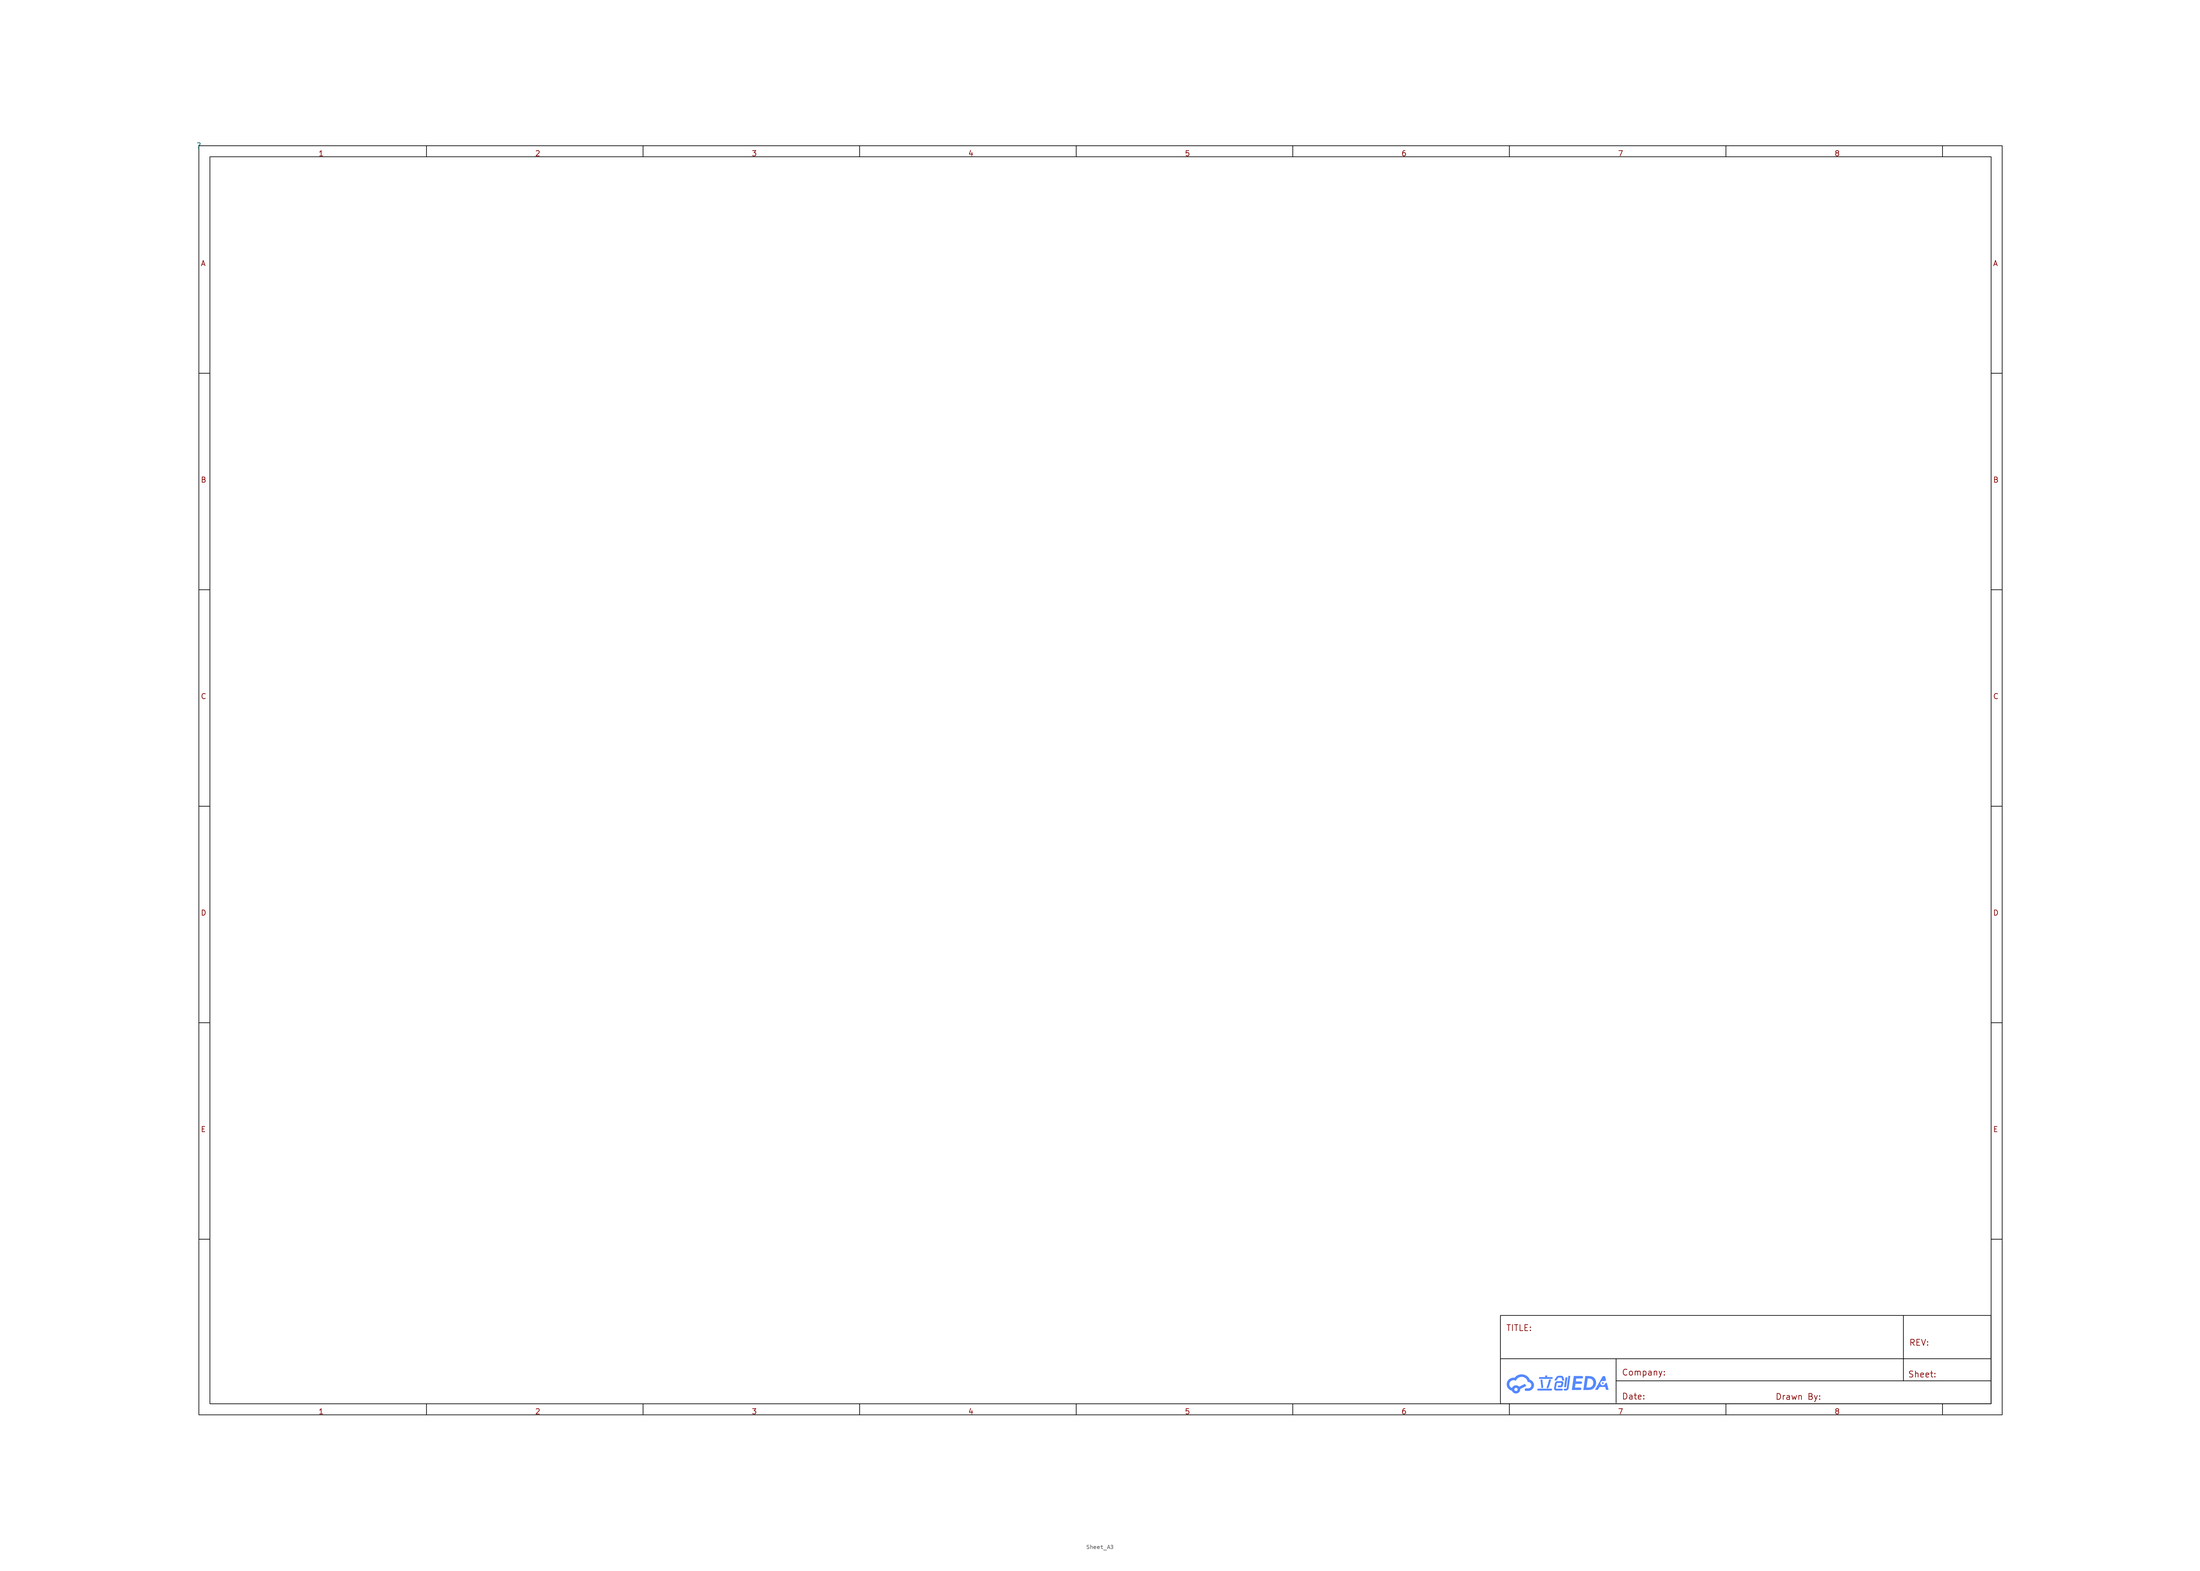
<source format=kicad_sym>
(kicad_symbol_lib
  (version 20231120)
  (generator "kicad_symbol_editor")
  (generator_version "8.0")
  (symbol "Sheet_A3"
    (property "Reference" ""
      (at 0 0 0)
      (effects (font (size 1.27 1.27))))
    (property "Value" ""
      (at 0 0 0)
      (effects (font (size 1.27 1.27))))
    (symbol "Sheet_A3_0_0"
      (polyline (pts (xy 314.288 -285.337) (xy 314.286 -285.347) (xy 314.284 -285.358) (xy 314.282 -285.367) (xy 314.279 -285.377) (xy 314.275 -285.387) (xy 314.271 -285.396) (xy 314.267 -285.405) (xy 314.262 -285.414) (xy 314.257 -285.423) (xy 314.251 -285.431) (xy 314.245 -285.439) (xy 314.239 -285.447) (xy 314.233 -285.454) (xy 314.226 -285.462) (xy 314.218 -285.469) (xy 314.211 -285.475) (xy 314.203 -285.481) (xy 314.195 -285.488) (xy 314.186 -285.493) (xy 314.178 -285.498) (xy 314.169 -285.503) (xy 314.159 -285.508) (xy 314.15 -285.512) (xy 314.14 -285.516) (xy 314.131 -285.519) (xy 314.121 -285.522) (xy 314.11 -285.525) (xy 314.1 -285.527) (xy 314.09 -285.528) (xy 314.079 -285.53) (xy 314.068 -285.53) (xy 314.057 -285.531) (xy 314.049 -285.531) (xy 314.038 -285.53) (xy 314.027 -285.529) (xy 314.016 -285.528) (xy 314.005 -285.526) (xy 313.995 -285.523) (xy 313.984 -285.52) (xy 313.974 -285.517) (xy 313.964 -285.513) (xy 313.954 -285.508) (xy 313.944 -285.503) (xy 313.935 -285.498) (xy 313.926 -285.492) (xy 313.917 -285.485) (xy 313.909 -285.478) (xy 313.901 -285.471) (xy 313.893 -285.464) (xy 313.886 -285.455) (xy 313.879 -285.447) (xy 313.873 -285.438) (xy 313.867 -285.429) (xy 313.862 -285.419) (xy 313.858 -285.41) (xy 313.854 -285.4) (xy 313.85 -285.39) (xy 313.847 -285.38) (xy 313.845 -285.37) (xy 313.843 -285.359) (xy 313.842 -285.349) (xy 313.841 -285.339) (xy 313.841 -285.328) (xy 313.841 -285.318) (xy 313.842 -285.308) (xy 314.151 -283.228) (xy 314.6 -283.228) (xy 314.288 -285.337)) (stroke (width -0.0001) (type solid)) (fill (type color) (color 85 136 255 1)))
      (polyline (pts (xy 310.849 -283.735) (xy 310.848 -283.74) (xy 310.775 -283.978) (xy 310.702 -284.226) (xy 310.555 -284.729) (xy 310.478 -284.974) (xy 310.399 -285.208) (xy 310.316 -285.426) (xy 310.272 -285.527) (xy 310.228 -285.623) (xy 310.22 -285.637) (xy 310.211 -285.651) (xy 310.202 -285.663) (xy 310.191 -285.675) (xy 310.18 -285.687) (xy 310.168 -285.697) (xy 310.155 -285.707) (xy 310.142 -285.716) (xy 310.128 -285.724) (xy 310.113 -285.731) (xy 310.098 -285.737) (xy 310.083 -285.742) (xy 310.067 -285.746) (xy 310.051 -285.748) (xy 310.035 -285.75) (xy 310.019 -285.751) (xy 310.012 -285.751) (xy 310.005 -285.75) (xy 309.998 -285.75) (xy 309.991 -285.749) (xy 309.984 -285.748) (xy 309.977 -285.746) (xy 309.97 -285.745) (xy 309.963 -285.743) (xy 309.939 -285.737) (xy 309.93 -285.733) (xy 309.92 -285.729) (xy 309.911 -285.725) (xy 309.902 -285.72) (xy 309.894 -285.714) (xy 309.885 -285.709) (xy 309.877 -285.702) (xy 309.87 -285.696) (xy 309.863 -285.689) (xy 309.856 -285.682) (xy 309.85 -285.675) (xy 309.844 -285.667) (xy 309.839 -285.659) (xy 309.834 -285.651) (xy 309.829 -285.642) (xy 309.825 -285.633) (xy 309.821 -285.623) (xy 309.817 -285.613) (xy 309.814 -285.603) (xy 309.811 -285.592) (xy 309.809 -285.582) (xy 309.808 -285.571) (xy 309.807 -285.56) (xy 309.807 -285.55) (xy 309.807 -285.539) (xy 309.808 -285.529) (xy 309.809 -285.518) (xy 309.811 -285.508) (xy 309.814 -285.497) (xy 309.817 -285.487) (xy 309.821 -285.477) (xy 309.825 -285.467) (xy 309.865 -285.381) (xy 309.904 -285.289) (xy 309.979 -285.09) (xy 310.051 -284.874) (xy 310.12 -284.646) (xy 310.255 -284.177) (xy 310.322 -283.946) (xy 310.39 -283.723) (xy 310.852 -283.723) (xy 310.849 -283.735)) (stroke (width -0.0001) (type solid)) (fill (type color) (color 85 136 255 1)))
      (polyline (pts (xy 309.023 -285.471) (xy 309.024 -285.481) (xy 309.024 -285.49) (xy 309.024 -285.5) (xy 309.023 -285.509) (xy 309.022 -285.518) (xy 309.02 -285.528) (xy 309.018 -285.537) (xy 309.016 -285.546) (xy 309.013 -285.555) (xy 309.009 -285.563) (xy 309.006 -285.572) (xy 309.002 -285.58) (xy 308.997 -285.589) (xy 308.992 -285.596) (xy 308.987 -285.604) (xy 308.981 -285.612) (xy 308.975 -285.619) (xy 308.969 -285.627) (xy 308.962 -285.634) (xy 308.955 -285.64) (xy 308.948 -285.647) (xy 308.941 -285.653) (xy 308.933 -285.659) (xy 308.925 -285.664) (xy 308.916 -285.67) (xy 308.908 -285.675) (xy 308.899 -285.679) (xy 308.889 -285.684) (xy 308.88 -285.688) (xy 308.87 -285.691) (xy 308.86 -285.694) (xy 308.85 -285.697) (xy 308.846 -285.699) (xy 308.84 -285.7) (xy 308.834 -285.701) (xy 308.828 -285.701) (xy 308.822 -285.702) (xy 308.816 -285.702) (xy 308.81 -285.703) (xy 308.805 -285.703) (xy 308.799 -285.703) (xy 308.789 -285.703) (xy 308.78 -285.702) (xy 308.77 -285.701) (xy 308.761 -285.7) (xy 308.752 -285.699) (xy 308.743 -285.697) (xy 308.735 -285.694) (xy 308.726 -285.691) (xy 308.718 -285.688) (xy 308.709 -285.685) (xy 308.702 -285.681) (xy 308.694 -285.677) (xy 308.686 -285.673) (xy 308.679 -285.668) (xy 308.672 -285.664) (xy 308.665 -285.659) (xy 308.659 -285.653) (xy 308.652 -285.647) (xy 308.647 -285.641) (xy 308.641 -285.635) (xy 308.635 -285.629) (xy 308.63 -285.622) (xy 308.625 -285.615) (xy 308.621 -285.608) (xy 308.617 -285.6) (xy 308.613 -285.593) (xy 308.609 -285.585) (xy 308.606 -285.577) (xy 308.603 -285.568) (xy 308.601 -285.56) (xy 308.599 -285.551) (xy 308.597 -285.543) (xy 308.597 -285.536) (xy 308.401 -283.76) (xy 308.401 -283.759) (xy 308.838 -283.759) (xy 309.023 -285.471)) (stroke (width -0.0001) (type solid)) (fill (type color) (color 85 136 255 1)))
      (polyline (pts (xy 310.877 -285.831) (xy 310.888 -285.832) (xy 310.898 -285.834) (xy 310.909 -285.835) (xy 310.919 -285.838) (xy 310.929 -285.841) (xy 310.939 -285.844) (xy 310.949 -285.848) (xy 310.959 -285.853) (xy 310.968 -285.858) (xy 310.977 -285.863) (xy 310.986 -285.869) (xy 310.995 -285.875) (xy 311.003 -285.882) (xy 311.011 -285.889) (xy 311.019 -285.897) (xy 311.026 -285.905) (xy 311.033 -285.913) (xy 311.039 -285.922) (xy 311.045 -285.931) (xy 311.05 -285.941) (xy 311.054 -285.95) (xy 311.058 -285.96) (xy 311.062 -285.971) (xy 311.065 -285.981) (xy 311.067 -285.991) (xy 311.069 -286.002) (xy 311.07 -286.012) (xy 311.071 -286.023) (xy 311.071 -286.034) (xy 311.07 -286.045) (xy 311.069 -286.056) (xy 311.067 -286.066) (xy 311.066 -286.076) (xy 311.064 -286.086) (xy 311.061 -286.096) (xy 311.058 -286.106) (xy 311.054 -286.115) (xy 311.05 -286.124) (xy 311.046 -286.133) (xy 311.041 -286.142) (xy 311.036 -286.151) (xy 311.03 -286.159) (xy 311.024 -286.167) (xy 311.018 -286.175) (xy 311.012 -286.183) (xy 311.005 -286.19) (xy 310.997 -286.197) (xy 310.99 -286.204) (xy 310.982 -286.21) (xy 310.974 -286.216) (xy 310.966 -286.222) (xy 310.957 -286.227) (xy 310.948 -286.232) (xy 310.939 -286.236) (xy 310.93 -286.241) (xy 310.921 -286.245) (xy 310.911 -286.248) (xy 310.901 -286.251) (xy 310.891 -286.253) (xy 310.881 -286.256) (xy 310.871 -286.257) (xy 310.861 -286.259) (xy 310.85 -286.259) (xy 310.84 -286.26) (xy 307.778 -286.26) (xy 307.773 -286.259) (xy 307.767 -286.259) (xy 307.762 -286.258) (xy 307.757 -286.257) (xy 307.752 -286.256) (xy 307.747 -286.255) (xy 307.742 -286.253) (xy 307.738 -286.252) (xy 307.733 -286.25) (xy 307.729 -286.248) (xy 307.724 -286.245) (xy 307.72 -286.243) (xy 307.716 -286.24) (xy 307.712 -286.237) (xy 307.709 -286.234) (xy 307.705 -286.231) (xy 307.702 -286.227) (xy 307.698 -286.224) (xy 307.695 -286.22) (xy 307.692 -286.216) (xy 307.69 -286.212) (xy 307.687 -286.208) (xy 307.685 -286.204) (xy 307.683 -286.199) (xy 307.681 -286.195) (xy 307.68 -286.19) (xy 307.678 -286.186) (xy 307.677 -286.181) (xy 307.676 -286.176) (xy 307.676 -286.171) (xy 307.675 -286.166) (xy 307.675 -286.161) (xy 307.675 -286.16) (xy 307.674 -286.16) (xy 307.706 -285.831) (xy 310.866 -285.831) (xy 310.877 -285.831)) (stroke (width -0.0001) (type solid)) (fill (type color) (color 85 136 255 1)))
      (polyline (pts (xy 323.482 -283.897) (xy 323.023 -284.138) (xy 323.007 -284.128) (xy 322.99 -284.118) (xy 322.973 -284.108) (xy 322.955 -284.099) (xy 322.937 -284.091) (xy 322.919 -284.084) (xy 322.9 -284.077) (xy 322.881 -284.07) (xy 322.861 -284.065) (xy 322.842 -284.06) (xy 322.822 -284.056) (xy 322.801 -284.052) (xy 322.781 -284.05) (xy 322.76 -284.048) (xy 322.739 -284.046) (xy 322.717 -284.046) (xy 322.69 -284.047) (xy 322.663 -284.049) (xy 322.636 -284.052) (xy 322.609 -284.056) (xy 322.583 -284.062) (xy 322.558 -284.069) (xy 322.533 -284.077) (xy 322.509 -284.086) (xy 322.485 -284.096) (xy 322.462 -284.108) (xy 322.439 -284.12) (xy 322.417 -284.133) (xy 322.396 -284.148) (xy 322.376 -284.163) (xy 322.356 -284.179) (xy 322.338 -284.196) (xy 322.32 -284.214) (xy 322.303 -284.232) (xy 322.287 -284.252) (xy 322.272 -284.272) (xy 322.258 -284.292) (xy 322.245 -284.314) (xy 322.234 -284.336) (xy 322.223 -284.358) (xy 322.213 -284.382) (xy 322.205 -284.406) (xy 322.197 -284.43) (xy 322.192 -284.455) (xy 322.187 -284.48) (xy 322.183 -284.505) (xy 322.181 -284.531) (xy 322.181 -284.558) (xy 322.181 -284.584) (xy 322.183 -284.61) (xy 322.187 -284.636) (xy 322.192 -284.661) (xy 322.197 -284.686) (xy 322.205 -284.71) (xy 322.213 -284.734) (xy 322.223 -284.757) (xy 322.234 -284.78) (xy 322.245 -284.802) (xy 322.258 -284.823) (xy 322.272 -284.844) (xy 322.287 -284.864) (xy 322.303 -284.883) (xy 322.32 -284.902) (xy 322.338 -284.92) (xy 322.356 -284.937) (xy 322.376 -284.953) (xy 322.396 -284.968) (xy 322.417 -284.982) (xy 322.439 -284.995) (xy 322.462 -285.008) (xy 322.485 -285.019) (xy 322.509 -285.029) (xy 322.533 -285.038) (xy 322.558 -285.046) (xy 322.583 -285.053) (xy 322.609 -285.059) (xy 322.636 -285.063) (xy 322.663 -285.067) (xy 322.69 -285.069) (xy 322.717 -285.069) (xy 322.743 -285.069) (xy 322.769 -285.067) (xy 322.794 -285.064) (xy 322.818 -285.06) (xy 322.843 -285.055) (xy 322.867 -285.049) (xy 322.89 -285.042) (xy 322.913 -285.034) (xy 322.935 -285.025) (xy 322.957 -285.015) (xy 322.979 -285.005) (xy 322.999 -284.993) (xy 323.02 -284.98) (xy 323.039 -284.967) (xy 323.058 -284.953) (xy 323.076 -284.938) (xy 323.094 -284.922) (xy 323.11 -284.906) (xy 323.126 -284.889) (xy 323.141 -284.871) (xy 323.156 -284.853) (xy 323.169 -284.834) (xy 323.182 -284.814) (xy 323.193 -284.794) (xy 323.204 -284.773) (xy 323.214 -284.752) (xy 323.223 -284.73) (xy 323.231 -284.708) (xy 323.237 -284.686) (xy 323.243 -284.663) (xy 323.248 -284.639) (xy 323.251 -284.616) (xy 323.621 -284.422) (xy 324.061 -286.103) (xy 323.457 -286.103) (xy 323.281 -285.432) (xy 321.967 -285.432) (xy 321.591 -286.103) (xy 320.921 -286.103) (xy 322.71 -282.947) (xy 323.234 -282.947) (xy 323.482 -283.897)) (stroke (width -0.0001) (type solid)) (fill (type color) (color 85 136 255 1)))
      (polyline (pts (xy 322.742 -284.35) (xy 322.752 -284.351) (xy 322.763 -284.352) (xy 322.773 -284.354) (xy 322.783 -284.356) (xy 322.793 -284.359) (xy 322.802 -284.362) (xy 322.812 -284.366) (xy 322.821 -284.37) (xy 322.83 -284.374) (xy 322.838 -284.379) (xy 322.847 -284.385) (xy 322.855 -284.39) (xy 322.863 -284.396) (xy 322.87 -284.402) (xy 322.877 -284.409) (xy 322.884 -284.416) (xy 322.89 -284.423) (xy 322.897 -284.431) (xy 322.902 -284.438) (xy 322.908 -284.447) (xy 322.912 -284.455) (xy 322.917 -284.463) (xy 322.921 -284.472) (xy 322.925 -284.481) (xy 322.928 -284.49) (xy 322.93 -284.5) (xy 322.933 -284.51) (xy 322.934 -284.519) (xy 322.936 -284.529) (xy 322.936 -284.539) (xy 322.936 -284.549) (xy 322.936 -284.56) (xy 322.935 -284.57) (xy 322.934 -284.579) (xy 322.932 -284.589) (xy 322.929 -284.599) (xy 322.926 -284.608) (xy 322.923 -284.617) (xy 322.919 -284.626) (xy 322.915 -284.635) (xy 322.91 -284.644) (xy 322.905 -284.652) (xy 322.9 -284.66) (xy 322.894 -284.667) (xy 322.888 -284.675) (xy 322.881 -284.682) (xy 322.874 -284.689) (xy 322.867 -284.695) (xy 322.859 -284.701) (xy 322.851 -284.707) (xy 322.843 -284.712) (xy 322.835 -284.718) (xy 322.826 -284.722) (xy 322.817 -284.726) (xy 322.808 -284.73) (xy 322.798 -284.734) (xy 322.788 -284.737) (xy 322.779 -284.739) (xy 322.769 -284.741) (xy 322.758 -284.743) (xy 322.748 -284.744) (xy 322.737 -284.745) (xy 322.727 -284.745) (xy 322.716 -284.745) (xy 322.705 -284.744) (xy 322.695 -284.743) (xy 322.685 -284.741) (xy 322.675 -284.738) (xy 322.665 -284.736) (xy 322.656 -284.732) (xy 322.646 -284.729) (xy 322.637 -284.725) (xy 322.628 -284.72) (xy 322.619 -284.715) (xy 322.611 -284.71) (xy 322.603 -284.705) (xy 322.595 -284.699) (xy 322.588 -284.692) (xy 322.581 -284.686) (xy 322.574 -284.679) (xy 322.567 -284.671) (xy 322.561 -284.664) (xy 322.556 -284.656) (xy 322.55 -284.648) (xy 322.545 -284.64) (xy 322.541 -284.631) (xy 322.537 -284.622) (xy 322.533 -284.613) (xy 322.53 -284.604) (xy 322.527 -284.595) (xy 322.525 -284.585) (xy 322.524 -284.575) (xy 322.522 -284.565) (xy 322.522 -284.555) (xy 322.521 -284.545) (xy 322.522 -284.535) (xy 322.523 -284.525) (xy 322.524 -284.515) (xy 322.526 -284.505) (xy 322.529 -284.496) (xy 322.531 -284.486) (xy 322.535 -284.477) (xy 322.539 -284.468) (xy 322.543 -284.46) (xy 322.548 -284.451) (xy 322.553 -284.443) (xy 322.558 -284.435) (xy 322.564 -284.427) (xy 322.57 -284.42) (xy 322.577 -284.413) (xy 322.584 -284.406) (xy 322.591 -284.399) (xy 322.599 -284.393) (xy 322.606 -284.387) (xy 322.615 -284.382) (xy 322.623 -284.377) (xy 322.632 -284.372) (xy 322.641 -284.368) (xy 322.65 -284.364) (xy 322.66 -284.361) (xy 322.669 -284.358) (xy 322.679 -284.355) (xy 322.689 -284.353) (xy 322.7 -284.351) (xy 322.71 -284.35) (xy 322.72 -284.35) (xy 322.731 -284.349) (xy 322.742 -284.35)) (stroke (width -0.0001) (type solid)) (fill (type color) (color 85 136 255 1)))
      (polyline (pts (xy 314.869 -285.731) (xy 314.862 -285.772) (xy 314.852 -285.811) (xy 314.84 -285.85) (xy 314.825 -285.887) (xy 314.808 -285.923) (xy 314.789 -285.958) (xy 314.767 -285.991) (xy 314.744 -286.022) (xy 314.718 -286.053) (xy 314.69 -286.081) (xy 314.659 -286.108) (xy 314.627 -286.132) (xy 314.594 -286.155) (xy 314.558 -286.176) (xy 314.521 -286.195) (xy 314.482 -286.212) (xy 314.469 -286.218) (xy 314.456 -286.223) (xy 314.442 -286.228) (xy 314.429 -286.233) (xy 314.415 -286.237) (xy 314.402 -286.241) (xy 314.388 -286.245) (xy 314.374 -286.248) (xy 314.36 -286.251) (xy 314.345 -286.253) (xy 314.331 -286.255) (xy 314.316 -286.257) (xy 314.301 -286.258) (xy 314.286 -286.259) (xy 314.271 -286.259) (xy 314.255 -286.26) (xy 313.95 -286.26) (xy 313.938 -286.259) (xy 313.927 -286.258) (xy 313.916 -286.257) (xy 313.906 -286.255) (xy 313.895 -286.252) (xy 313.884 -286.249) (xy 313.874 -286.246) (xy 313.864 -286.242) (xy 313.854 -286.237) (xy 313.844 -286.232) (xy 313.835 -286.226) (xy 313.826 -286.221) (xy 313.817 -286.214) (xy 313.809 -286.207) (xy 313.801 -286.2) (xy 313.793 -286.192) (xy 313.786 -286.184) (xy 313.78 -286.176) (xy 313.774 -286.167) (xy 313.768 -286.158) (xy 313.763 -286.149) (xy 313.759 -286.139) (xy 313.755 -286.129) (xy 313.751 -286.119) (xy 313.748 -286.109) (xy 313.746 -286.099) (xy 313.744 -286.089) (xy 313.743 -286.078) (xy 313.742 -286.067) (xy 313.742 -286.057) (xy 313.742 -286.046) (xy 313.744 -286.035) (xy 313.745 -286.027) (xy 313.747 -286.017) (xy 313.749 -286.007) (xy 313.752 -285.998) (xy 313.755 -285.988) (xy 313.758 -285.978) (xy 313.762 -285.969) (xy 313.767 -285.96) (xy 313.772 -285.951) (xy 313.777 -285.943) (xy 313.783 -285.935) (xy 313.789 -285.926) (xy 313.795 -285.918) (xy 313.802 -285.911) (xy 313.809 -285.904) (xy 313.816 -285.897) (xy 313.824 -285.89) (xy 313.832 -285.884) (xy 313.84 -285.878) (xy 313.848 -285.872) (xy 313.857 -285.867) (xy 313.866 -285.862) (xy 313.875 -285.857) (xy 313.885 -285.853) (xy 313.894 -285.849) (xy 313.904 -285.846) (xy 313.914 -285.843) (xy 313.924 -285.84) (xy 313.934 -285.838) (xy 313.944 -285.836) (xy 313.955 -285.835) (xy 313.965 -285.834) (xy 313.976 -285.834) (xy 314.282 -285.834) (xy 314.289 -285.834) (xy 314.295 -285.834) (xy 314.301 -285.833) (xy 314.308 -285.832) (xy 314.314 -285.83) (xy 314.32 -285.829) (xy 314.326 -285.827) (xy 314.332 -285.825) (xy 314.337 -285.822) (xy 314.343 -285.82) (xy 314.349 -285.817) (xy 314.354 -285.813) (xy 314.36 -285.81) (xy 314.365 -285.806) (xy 314.37 -285.801) (xy 314.375 -285.797) (xy 314.381 -285.791) (xy 314.386 -285.786) (xy 314.391 -285.78) (xy 314.396 -285.774) (xy 314.4 -285.768) (xy 314.404 -285.762) (xy 314.408 -285.756) (xy 314.411 -285.75) (xy 314.415 -285.743) (xy 314.418 -285.737) (xy 314.42 -285.731) (xy 314.423 -285.725) (xy 314.425 -285.719) (xy 314.426 -285.712) (xy 314.428 -285.706) (xy 314.429 -285.7) (xy 314.811 -282.889) (xy 315.256 -282.889) (xy 314.869 -285.731)) (stroke (width -0.0001) (type solid)) (fill (type color) (color 85 136 255 1)))
      (polyline (pts (xy 309.897 -283.161) (xy 311.014 -283.161) (xy 311.026 -283.161) (xy 311.038 -283.162) (xy 311.05 -283.163) (xy 311.061 -283.165) (xy 311.072 -283.168) (xy 311.082 -283.17) (xy 311.093 -283.174) (xy 311.103 -283.178) (xy 311.113 -283.182) (xy 311.123 -283.187) (xy 311.132 -283.193) (xy 311.141 -283.199) (xy 311.149 -283.206) (xy 311.157 -283.213) (xy 311.165 -283.221) (xy 311.172 -283.229) (xy 311.179 -283.238) (xy 311.186 -283.246) (xy 311.192 -283.255) (xy 311.197 -283.264) (xy 311.202 -283.273) (xy 311.207 -283.283) (xy 311.21 -283.293) (xy 311.214 -283.303) (xy 311.217 -283.313) (xy 311.219 -283.323) (xy 311.221 -283.334) (xy 311.222 -283.345) (xy 311.222 -283.355) (xy 311.222 -283.366) (xy 311.222 -283.377) (xy 311.22 -283.389) (xy 311.22 -283.392) (xy 311.219 -283.402) (xy 311.216 -283.411) (xy 311.214 -283.421) (xy 311.211 -283.431) (xy 311.207 -283.44) (xy 311.203 -283.449) (xy 311.199 -283.458) (xy 311.194 -283.467) (xy 311.189 -283.476) (xy 311.183 -283.484) (xy 311.178 -283.492) (xy 311.171 -283.499) (xy 311.165 -283.507) (xy 311.158 -283.514) (xy 311.151 -283.521) (xy 311.143 -283.527) (xy 311.135 -283.534) (xy 311.127 -283.539) (xy 311.118 -283.545) (xy 311.11 -283.55) (xy 311.101 -283.555) (xy 311.092 -283.56) (xy 311.082 -283.564) (xy 311.073 -283.567) (xy 311.063 -283.571) (xy 311.053 -283.574) (xy 311.043 -283.576) (xy 311.032 -283.578) (xy 311.022 -283.58) (xy 311.011 -283.581) (xy 311 -283.582) (xy 310.99 -283.582) (xy 308.157 -283.582) (xy 308.157 -283.58) (xy 308.152 -283.58) (xy 308.147 -283.58) (xy 308.142 -283.579) (xy 308.137 -283.578) (xy 308.132 -283.577) (xy 308.127 -283.575) (xy 308.122 -283.574) (xy 308.118 -283.572) (xy 308.113 -283.57) (xy 308.109 -283.568) (xy 308.105 -283.565) (xy 308.101 -283.563) (xy 308.097 -283.56) (xy 308.093 -283.557) (xy 308.089 -283.554) (xy 308.086 -283.551) (xy 308.082 -283.547) (xy 308.079 -283.544) (xy 308.076 -283.54) (xy 308.073 -283.536) (xy 308.071 -283.533) (xy 308.068 -283.528) (xy 308.066 -283.524) (xy 308.064 -283.52) (xy 308.062 -283.515) (xy 308.06 -283.511) (xy 308.059 -283.506) (xy 308.058 -283.502) (xy 308.057 -283.497) (xy 308.056 -283.492) (xy 308.056 -283.487) (xy 308.056 -283.482) (xy 308.056 -283.477) (xy 308.056 -283.474) (xy 308.056 -283.472) (xy 308.056 -283.47) (xy 308.056 -283.469) (xy 308.057 -283.467) (xy 308.057 -283.466) (xy 308.057 -283.465) (xy 308.057 -283.464) (xy 308.058 -283.463) (xy 308.087 -283.162) (xy 309.449 -283.161) (xy 309.501 -282.877) (xy 309.502 -282.872) (xy 309.502 -282.868) (xy 309.503 -282.863) (xy 309.505 -282.859) (xy 309.506 -282.855) (xy 309.508 -282.851) (xy 309.51 -282.846) (xy 309.512 -282.843) (xy 309.514 -282.839) (xy 309.516 -282.835) (xy 309.519 -282.831) (xy 309.522 -282.828) (xy 309.524 -282.825) (xy 309.527 -282.821) (xy 309.531 -282.818) (xy 309.534 -282.815) (xy 309.537 -282.812) (xy 309.541 -282.81) (xy 309.544 -282.807) (xy 309.548 -282.805) (xy 309.552 -282.803) (xy 309.556 -282.801) (xy 309.56 -282.799) (xy 309.564 -282.797) (xy 309.568 -282.796) (xy 309.573 -282.794) (xy 309.577 -282.793) (xy 309.582 -282.792) (xy 309.587 -282.791) (xy 309.591 -282.791) (xy 309.596 -282.791) (xy 309.601 -282.791) (xy 309.957 -282.791) (xy 309.897 -283.161)) (stroke (width -0.0001) (type solid)) (fill (type color) (color 85 136 255 1)))
      (polyline (pts (xy 319.332 -282.916) (xy 319.422 -282.918) (xy 319.508 -282.921) (xy 319.592 -282.926) (xy 319.672 -282.932) (xy 319.75 -282.939) (xy 319.825 -282.948) (xy 319.896 -282.958) (xy 319.964 -282.969) (xy 320.03 -282.982) (xy 320.092 -282.996) (xy 320.152 -283.011) (xy 320.208 -283.027) (xy 320.262 -283.045) (xy 320.312 -283.065) (xy 320.36 -283.085) (xy 320.405 -283.107) (xy 320.449 -283.13) (xy 320.493 -283.155) (xy 320.535 -283.182) (xy 320.576 -283.21) (xy 320.616 -283.239) (xy 320.655 -283.27) (xy 320.693 -283.303) (xy 320.73 -283.337) (xy 320.766 -283.372) (xy 320.8 -283.409) (xy 320.834 -283.448) (xy 320.866 -283.488) (xy 320.898 -283.53) (xy 320.928 -283.573) (xy 320.957 -283.618) (xy 320.985 -283.663) (xy 321.011 -283.71) (xy 321.035 -283.758) (xy 321.058 -283.806) (xy 321.078 -283.856) (xy 321.097 -283.906) (xy 321.114 -283.957) (xy 321.129 -284.009) (xy 321.143 -284.062) (xy 321.154 -284.116) (xy 321.164 -284.17) (xy 321.172 -284.226) (xy 321.179 -284.282) (xy 321.183 -284.339) (xy 321.186 -284.398) (xy 321.187 -284.457) (xy 321.186 -284.517) (xy 321.183 -284.577) (xy 321.178 -284.636) (xy 321.171 -284.695) (xy 321.163 -284.753) (xy 321.152 -284.811) (xy 321.14 -284.868) (xy 321.126 -284.924) (xy 321.109 -284.98) (xy 321.091 -285.035) (xy 321.071 -285.09) (xy 321.049 -285.144) (xy 321.025 -285.197) (xy 320.999 -285.25) (xy 320.971 -285.302) (xy 320.942 -285.354) (xy 320.911 -285.404) (xy 320.879 -285.452) (xy 320.846 -285.499) (xy 320.812 -285.544) (xy 320.777 -285.587) (xy 320.741 -285.628) (xy 320.704 -285.668) (xy 320.666 -285.706) (xy 320.627 -285.743) (xy 320.587 -285.777) (xy 320.546 -285.81) (xy 320.503 -285.841) (xy 320.46 -285.871) (xy 320.416 -285.898) (xy 320.371 -285.924) (xy 320.325 -285.949) (xy 320.278 -285.971) (xy 320.228 -285.993) (xy 320.176 -286.012) (xy 320.121 -286.031) (xy 320.064 -286.047) (xy 320.005 -286.063) (xy 319.944 -286.077) (xy 319.881 -286.089) (xy 319.815 -286.1) (xy 319.747 -286.11) (xy 319.677 -286.118) (xy 319.604 -286.124) (xy 319.53 -286.129) (xy 319.453 -286.133) (xy 319.374 -286.135) (xy 319.292 -286.136) (xy 318.242 -286.136) (xy 318.323 -285.574) (xy 318.963 -285.574) (xy 319.172 -285.574) (xy 319.289 -285.572) (xy 319.397 -285.569) (xy 319.447 -285.566) (xy 319.496 -285.563) (xy 319.543 -285.559) (xy 319.588 -285.554) (xy 319.63 -285.549) (xy 319.671 -285.543) (xy 319.709 -285.537) (xy 319.745 -285.53) (xy 319.78 -285.522) (xy 319.812 -285.514) (xy 319.842 -285.506) (xy 319.87 -285.496) (xy 319.907 -285.482) (xy 319.944 -285.467) (xy 319.979 -285.45) (xy 320.014 -285.432) (xy 320.048 -285.413) (xy 320.081 -285.392) (xy 320.113 -285.371) (xy 320.144 -285.348) (xy 320.173 -285.324) (xy 320.202 -285.299) (xy 320.231 -285.272) (xy 320.258 -285.245) (xy 320.284 -285.216) (xy 320.309 -285.185) (xy 320.333 -285.154) (xy 320.356 -285.122) (xy 320.379 -285.088) (xy 320.399 -285.053) (xy 320.419 -285.018) (xy 320.436 -284.981) (xy 320.453 -284.944) (xy 320.468 -284.905) (xy 320.481 -284.866) (xy 320.493 -284.826) (xy 320.504 -284.785) (xy 320.513 -284.743) (xy 320.521 -284.7) (xy 320.528 -284.655) (xy 320.533 -284.611) (xy 320.536 -284.565) (xy 320.538 -284.518) (xy 320.539 -284.47) (xy 320.539 -284.43) (xy 320.537 -284.392) (xy 320.534 -284.354) (xy 320.531 -284.317) (xy 320.526 -284.281) (xy 320.521 -284.245) (xy 320.514 -284.21) (xy 320.507 -284.176) (xy 320.498 -284.144) (xy 320.488 -284.111) (xy 320.478 -284.08) (xy 320.466 -284.049) (xy 320.453 -284.019) (xy 320.44 -283.99) (xy 320.425 -283.962) (xy 320.41 -283.934) (xy 320.393 -283.908) (xy 320.376 -283.882) (xy 320.358 -283.857) (xy 320.339 -283.833) (xy 320.319 -283.809) (xy 320.298 -283.786) (xy 320.276 -283.764) (xy 320.254 -283.743) (xy 320.231 -283.723) (xy 320.207 -283.703) (xy 320.182 -283.684) (xy 320.157 -283.666) (xy 320.13 -283.649) (xy 320.103 -283.632) (xy 320.075 -283.616) (xy 320.046 -283.601) (xy 320.016 -283.587) (xy 319.985 -283.574) (xy 319.952 -283.561) (xy 319.918 -283.55) (xy 319.884 -283.539) (xy 319.848 -283.529) (xy 319.81 -283.521) (xy 319.772 -283.513) (xy 319.732 -283.506) (xy 319.691 -283.5) (xy 319.649 -283.495) (xy 319.606 -283.491) (xy 319.561 -283.488) (xy 319.515 -283.486) (xy 319.469 -283.484) (xy 319.42 -283.484) (xy 319.261 -283.484) (xy 318.963 -285.574) (xy 318.323 -285.574) (xy 318.704 -282.916) (xy 319.239 -282.916) (xy 319.332 -282.916)) (stroke (width -0.0001) (type solid)) (fill (type color) (color 85 136 255 1)))
      (polyline (pts (xy 317.899 -282.914) (xy 317.914 -282.916) (xy 317.929 -282.917) (xy 317.944 -282.92) (xy 317.958 -282.923) (xy 317.972 -282.927) (xy 317.986 -282.931) (xy 318 -282.936) (xy 318.013 -282.942) (xy 318.026 -282.949) (xy 318.039 -282.955) (xy 318.051 -282.963) (xy 318.063 -282.971) (xy 318.074 -282.979) (xy 318.085 -282.988) (xy 318.096 -282.998) (xy 318.106 -283.008) (xy 318.115 -283.018) (xy 318.124 -283.029) (xy 318.132 -283.04) (xy 318.14 -283.051) (xy 318.148 -283.063) (xy 318.154 -283.076) (xy 318.161 -283.088) (xy 318.166 -283.101) (xy 318.171 -283.115) (xy 318.175 -283.128) (xy 318.179 -283.142) (xy 318.182 -283.156) (xy 318.184 -283.17) (xy 318.185 -283.185) (xy 318.186 -283.2) (xy 318.186 -283.214) (xy 318.185 -283.229) (xy 318.183 -283.243) (xy 318.18 -283.257) (xy 318.177 -283.271) (xy 318.173 -283.284) (xy 318.168 -283.298) (xy 318.163 -283.311) (xy 318.156 -283.323) (xy 318.15 -283.336) (xy 318.143 -283.348) (xy 318.135 -283.359) (xy 318.127 -283.37) (xy 318.118 -283.381) (xy 318.108 -283.392) (xy 318.098 -283.401) (xy 318.088 -283.411) (xy 318.077 -283.42) (xy 318.066 -283.428) (xy 318.054 -283.436) (xy 318.042 -283.444) (xy 318.029 -283.451) (xy 318.016 -283.457) (xy 318.003 -283.463) (xy 317.989 -283.468) (xy 317.976 -283.472) (xy 317.961 -283.476) (xy 317.947 -283.479) (xy 317.932 -283.482) (xy 317.917 -283.484) (xy 317.902 -283.485) (xy 317.886 -283.485) (xy 316.623 -283.487) (xy 316.526 -284.155) (xy 317.71 -284.155) (xy 317.723 -284.157) (xy 317.736 -284.16) (xy 317.749 -284.163) (xy 317.762 -284.167) (xy 317.774 -284.172) (xy 317.786 -284.177) (xy 317.798 -284.182) (xy 317.809 -284.188) (xy 317.82 -284.194) (xy 317.831 -284.201) (xy 317.841 -284.209) (xy 317.851 -284.216) (xy 317.861 -284.224) (xy 317.871 -284.233) (xy 317.88 -284.241) (xy 317.888 -284.25) (xy 317.896 -284.26) (xy 317.904 -284.27) (xy 317.911 -284.28) (xy 317.918 -284.291) (xy 317.925 -284.301) (xy 317.93 -284.312) (xy 317.936 -284.324) (xy 317.941 -284.335) (xy 317.945 -284.347) (xy 317.949 -284.359) (xy 317.952 -284.372) (xy 317.955 -284.384) (xy 317.957 -284.397) (xy 317.959 -284.409) (xy 317.959 -284.423) (xy 317.96 -284.436) (xy 317.959 -284.45) (xy 317.958 -284.465) (xy 317.956 -284.479) (xy 317.954 -284.493) (xy 317.95 -284.507) (xy 317.946 -284.521) (xy 317.942 -284.534) (xy 317.936 -284.547) (xy 317.93 -284.56) (xy 317.924 -284.572) (xy 317.916 -284.584) (xy 317.909 -284.595) (xy 317.9 -284.607) (xy 317.891 -284.617) (xy 317.882 -284.628) (xy 317.872 -284.638) (xy 317.862 -284.647) (xy 317.851 -284.656) (xy 317.839 -284.665) (xy 317.828 -284.673) (xy 317.815 -284.68) (xy 317.803 -284.687) (xy 317.79 -284.693) (xy 317.777 -284.699) (xy 317.763 -284.704) (xy 317.749 -284.709) (xy 317.735 -284.712) (xy 317.721 -284.716) (xy 317.706 -284.718) (xy 317.691 -284.72) (xy 317.676 -284.721) (xy 317.66 -284.721) (xy 316.443 -284.72) (xy 316.318 -285.574) (xy 317.499 -285.572) (xy 317.515 -285.573) (xy 317.529 -285.574) (xy 317.544 -285.575) (xy 317.559 -285.578) (xy 317.573 -285.581) (xy 317.587 -285.585) (xy 317.601 -285.589) (xy 317.614 -285.594) (xy 317.627 -285.6) (xy 317.64 -285.606) (xy 317.652 -285.613) (xy 317.664 -285.62) (xy 317.676 -285.628) (xy 317.687 -285.636) (xy 317.697 -285.645) (xy 317.708 -285.654) (xy 317.717 -285.664) (xy 317.727 -285.674) (xy 317.736 -285.685) (xy 317.744 -285.696) (xy 317.752 -285.707) (xy 317.759 -285.719) (xy 317.765 -285.731) (xy 317.771 -285.744) (xy 317.776 -285.756) (xy 317.781 -285.769) (xy 317.785 -285.783) (xy 317.788 -285.796) (xy 317.791 -285.81) (xy 317.793 -285.825) (xy 317.794 -285.839) (xy 317.794 -285.853) (xy 317.794 -285.868) (xy 317.793 -285.882) (xy 317.791 -285.896) (xy 317.788 -285.909) (xy 317.785 -285.923) (xy 317.781 -285.936) (xy 317.777 -285.949) (xy 317.772 -285.962) (xy 317.766 -285.974) (xy 317.759 -285.986) (xy 317.752 -285.998) (xy 317.745 -286.009) (xy 317.737 -286.02) (xy 317.728 -286.03) (xy 317.719 -286.041) (xy 317.709 -286.05) (xy 317.699 -286.06) (xy 317.689 -286.068) (xy 317.678 -286.077) (xy 317.667 -286.085) (xy 317.655 -286.092) (xy 317.643 -286.099) (xy 317.63 -286.105) (xy 317.617 -286.111) (xy 317.604 -286.116) (xy 317.591 -286.121) (xy 317.577 -286.125) (xy 317.563 -286.128) (xy 317.548 -286.131) (xy 317.534 -286.133) (xy 317.519 -286.134) (xy 317.504 -286.135) (xy 315.599 -286.135) (xy 316.061 -282.914) (xy 317.883 -282.914) (xy 317.899 -282.914)) (stroke (width -0.0001) (type solid)) (fill (type color) (color 85 136 255 1)))
      (polyline (pts (xy 313.156 -282.862) (xy 313.183 -282.863) (xy 313.209 -282.865) (xy 313.234 -282.867) (xy 313.258 -282.87) (xy 313.281 -282.873) (xy 313.304 -282.877) (xy 313.326 -282.882) (xy 313.348 -282.887) (xy 313.368 -282.893) (xy 313.388 -282.9) (xy 313.408 -282.907) (xy 313.426 -282.915) (xy 313.444 -282.923) (xy 313.462 -282.933) (xy 313.478 -282.942) (xy 313.486 -282.948) (xy 313.5 -282.959) (xy 313.514 -282.971) (xy 313.527 -282.984) (xy 313.54 -282.997) (xy 313.552 -283.011) (xy 313.564 -283.026) (xy 313.576 -283.041) (xy 313.588 -283.058) (xy 313.599 -283.075) (xy 313.61 -283.093) (xy 313.621 -283.111) (xy 313.631 -283.131) (xy 313.641 -283.151) (xy 313.651 -283.171) (xy 313.66 -283.192) (xy 313.669 -283.214) (xy 313.67 -283.217) (xy 313.856 -283.835) (xy 313.854 -283.835) (xy 313.856 -283.838) (xy 313.856 -283.841) (xy 313.857 -283.845) (xy 313.858 -283.848) (xy 313.858 -283.852) (xy 313.859 -283.856) (xy 313.859 -283.859) (xy 313.859 -283.863) (xy 313.859 -283.868) (xy 313.858 -283.873) (xy 313.858 -283.878) (xy 313.857 -283.883) (xy 313.856 -283.887) (xy 313.854 -283.892) (xy 313.853 -283.896) (xy 313.851 -283.901) (xy 313.849 -283.905) (xy 313.847 -283.909) (xy 313.844 -283.913) (xy 313.842 -283.917) (xy 313.839 -283.921) (xy 313.836 -283.925) (xy 313.833 -283.928) (xy 313.829 -283.932) (xy 313.826 -283.935) (xy 313.822 -283.938) (xy 313.818 -283.941) (xy 313.814 -283.943) (xy 313.81 -283.946) (xy 313.806 -283.948) (xy 313.802 -283.95) (xy 313.797 -283.952) (xy 313.793 -283.954) (xy 313.788 -283.955) (xy 313.783 -283.957) (xy 313.778 -283.958) (xy 313.773 -283.959) (xy 313.768 -283.959) (xy 313.763 -283.96) (xy 313.758 -283.96) (xy 313.756 -283.96) (xy 313.754 -283.96) (xy 313.753 -283.96) (xy 313.752 -283.96) (xy 313.752 -283.959) (xy 313.751 -283.959) (xy 313.75 -283.959) (xy 313.749 -283.959) (xy 313.748 -283.959) (xy 313.747 -283.959) (xy 313.746 -283.958) (xy 313.745 -283.958) (xy 313.744 -283.957) (xy 313.744 -283.957) (xy 313.744 -283.958) (xy 313.419 -283.958) (xy 313.241 -283.371) (xy 313.239 -283.366) (xy 313.237 -283.361) (xy 313.235 -283.356) (xy 313.232 -283.351) (xy 313.23 -283.346) (xy 313.227 -283.342) (xy 313.224 -283.337) (xy 313.221 -283.332) (xy 313.217 -283.328) (xy 313.214 -283.324) (xy 313.211 -283.32) (xy 313.207 -283.316) (xy 313.203 -283.312) (xy 313.199 -283.309) (xy 313.195 -283.305) (xy 313.191 -283.302) (xy 313.188 -283.3) (xy 313.185 -283.298) (xy 313.181 -283.297) (xy 313.177 -283.295) (xy 313.172 -283.294) (xy 313.167 -283.293) (xy 313.162 -283.291) (xy 313.157 -283.29) (xy 313.151 -283.289) (xy 313.145 -283.288) (xy 313.138 -283.288) (xy 313.132 -283.287) (xy 313.125 -283.286) (xy 313.118 -283.286) (xy 313.11 -283.286) (xy 313.102 -283.286) (xy 312.6 -283.286) (xy 312.591 -283.286) (xy 312.583 -283.286) (xy 312.575 -283.287) (xy 312.567 -283.287) (xy 312.559 -283.288) (xy 312.551 -283.289) (xy 312.544 -283.29) (xy 312.537 -283.291) (xy 312.53 -283.293) (xy 312.524 -283.295) (xy 312.517 -283.296) (xy 312.512 -283.298) (xy 312.506 -283.301) (xy 312.5 -283.303) (xy 312.495 -283.305) (xy 312.491 -283.308) (xy 312.485 -283.312) (xy 312.479 -283.316) (xy 312.473 -283.32) (xy 312.467 -283.325) (xy 312.462 -283.329) (xy 312.456 -283.334) (xy 312.451 -283.339) (xy 312.446 -283.344) (xy 312.44 -283.35) (xy 312.435 -283.356) (xy 312.43 -283.361) (xy 312.426 -283.367) (xy 312.421 -283.373) (xy 312.416 -283.38) (xy 312.412 -283.386) (xy 312.408 -283.393) (xy 312.406 -283.396) (xy 312.341 -283.498) (xy 312.271 -283.609) (xy 312.202 -283.721) (xy 312.136 -283.829) (xy 312.129 -283.841) (xy 312.052 -283.96) (xy 311.731 -283.96) (xy 311.725 -283.96) (xy 311.72 -283.959) (xy 311.715 -283.959) (xy 311.71 -283.958) (xy 311.705 -283.957) (xy 311.7 -283.955) (xy 311.696 -283.954) (xy 311.691 -283.952) (xy 311.687 -283.95) (xy 311.682 -283.948) (xy 311.678 -283.946) (xy 311.674 -283.943) (xy 311.67 -283.941) (xy 311.666 -283.938) (xy 311.662 -283.935) (xy 311.659 -283.932) (xy 311.656 -283.928) (xy 311.652 -283.925) (xy 311.649 -283.921) (xy 311.647 -283.917) (xy 311.644 -283.913) (xy 311.641 -283.909) (xy 311.639 -283.905) (xy 311.637 -283.901) (xy 311.635 -283.896) (xy 311.634 -283.892) (xy 311.632 -283.887) (xy 311.631 -283.883) (xy 311.63 -283.878) (xy 311.63 -283.873) (xy 311.629 -283.868) (xy 311.629 -283.863) (xy 311.629 -283.86) (xy 311.629 -283.857) (xy 311.63 -283.854) (xy 311.63 -283.851) (xy 311.63 -283.848) (xy 311.631 -283.845) (xy 311.632 -283.842) (xy 311.632 -283.84) (xy 311.633 -283.837) (xy 311.634 -283.834) (xy 311.635 -283.831) (xy 311.637 -283.829) (xy 311.638 -283.826) (xy 311.639 -283.824) (xy 311.64 -283.821) (xy 311.642 -283.818) (xy 311.64 -283.817) (xy 312.032 -283.194) (xy 312.044 -283.174) (xy 312.057 -283.154) (xy 312.07 -283.136) (xy 312.083 -283.118) (xy 312.097 -283.1) (xy 312.111 -283.083) (xy 312.126 -283.066) (xy 312.141 -283.05) (xy 312.157 -283.035) (xy 312.173 -283.02) (xy 312.189 -283.006) (xy 312.205 -282.992) (xy 312.222 -282.979) (xy 312.24 -282.967) (xy 312.257 -282.955) (xy 312.275 -282.944) (xy 312.293 -282.934) (xy 312.31 -282.925) (xy 312.329 -282.916) (xy 312.348 -282.908) (xy 312.368 -282.901) (xy 312.389 -282.894) (xy 312.41 -282.888) (xy 312.432 -282.883) (xy 312.454 -282.878) (xy 312.477 -282.874) (xy 312.5 -282.87) (xy 312.524 -282.867) (xy 312.549 -282.865) (xy 312.574 -282.863) (xy 312.6 -282.862) (xy 312.626 -282.862) (xy 313.129 -282.862) (xy 313.156 -282.862)) (stroke (width -0.0001) (type solid)) (fill (type color) (color 85 136 255 1)))
      (polyline (pts (xy 313.257 -284.091) (xy 313.276 -284.092) (xy 313.294 -284.094) (xy 313.312 -284.096) (xy 313.33 -284.099) (xy 313.347 -284.103) (xy 313.364 -284.107) (xy 313.381 -284.112) (xy 313.398 -284.118) (xy 313.414 -284.124) (xy 313.43 -284.131) (xy 313.445 -284.138) (xy 313.46 -284.146) (xy 313.474 -284.154) (xy 313.489 -284.164) (xy 313.502 -284.173) (xy 313.516 -284.183) (xy 313.528 -284.194) (xy 313.541 -284.205) (xy 313.553 -284.217) (xy 313.564 -284.229) (xy 313.575 -284.242) (xy 313.585 -284.255) (xy 313.595 -284.269) (xy 313.604 -284.283) (xy 313.613 -284.298) (xy 313.621 -284.313) (xy 313.629 -284.328) (xy 313.636 -284.344) (xy 313.642 -284.36) (xy 313.648 -284.377) (xy 313.653 -284.394) (xy 313.656 -284.404) (xy 313.659 -284.415) (xy 313.662 -284.426) (xy 313.664 -284.437) (xy 313.666 -284.448) (xy 313.668 -284.459) (xy 313.669 -284.471) (xy 313.669 -284.482) (xy 313.67 -284.494) (xy 313.67 -284.506) (xy 313.67 -284.517) (xy 313.669 -284.529) (xy 313.668 -284.541) (xy 313.666 -284.553) (xy 313.665 -284.565) (xy 313.662 -284.577) (xy 313.513 -285.169) (xy 313.51 -285.188) (xy 313.506 -285.206) (xy 313.501 -285.224) (xy 313.496 -285.242) (xy 313.489 -285.259) (xy 313.482 -285.276) (xy 313.474 -285.292) (xy 313.465 -285.308) (xy 313.455 -285.324) (xy 313.445 -285.339) (xy 313.433 -285.354) (xy 313.421 -285.369) (xy 313.408 -285.383) (xy 313.395 -285.396) (xy 313.38 -285.409) (xy 313.365 -285.421) (xy 313.35 -285.433) (xy 313.333 -285.443) (xy 313.316 -285.454) (xy 313.299 -285.464) (xy 313.281 -285.473) (xy 313.262 -285.481) (xy 313.243 -285.489) (xy 313.223 -285.496) (xy 313.202 -285.502) (xy 313.181 -285.508) (xy 313.16 -285.512) (xy 313.138 -285.516) (xy 313.116 -285.519) (xy 313.093 -285.521) (xy 313.07 -285.523) (xy 313.046 -285.523) (xy 313.018 -285.522) (xy 313.013 -285.522) (xy 313.009 -285.522) (xy 313.004 -285.523) (xy 313 -285.523) (xy 312.996 -285.523) (xy 312.991 -285.523) (xy 312.982 -285.523) (xy 312.562 -285.523) (xy 312.551 -285.523) (xy 312.54 -285.522) (xy 312.529 -285.521) (xy 312.519 -285.519) (xy 312.508 -285.516) (xy 312.498 -285.513) (xy 312.488 -285.51) (xy 312.478 -285.506) (xy 312.468 -285.501) (xy 312.459 -285.496) (xy 312.45 -285.491) (xy 312.441 -285.485) (xy 312.432 -285.478) (xy 312.424 -285.471) (xy 312.417 -285.464) (xy 312.409 -285.456) (xy 312.403 -285.448) (xy 312.397 -285.44) (xy 312.391 -285.432) (xy 312.386 -285.423) (xy 312.381 -285.414) (xy 312.377 -285.404) (xy 312.374 -285.395) (xy 312.371 -285.385) (xy 312.368 -285.376) (xy 312.367 -285.366) (xy 312.365 -285.356) (xy 312.365 -285.346) (xy 312.365 -285.335) (xy 312.365 -285.325) (xy 312.366 -285.315) (xy 312.367 -285.305) (xy 312.369 -285.294) (xy 312.371 -285.284) (xy 312.373 -285.274) (xy 312.376 -285.265) (xy 312.38 -285.255) (xy 312.384 -285.246) (xy 312.388 -285.237) (xy 312.393 -285.228) (xy 312.398 -285.219) (xy 312.403 -285.21) (xy 312.409 -285.202) (xy 312.416 -285.194) (xy 312.422 -285.186) (xy 312.436 -285.171) (xy 312.452 -285.158) (xy 312.468 -285.146) (xy 312.486 -285.135) (xy 312.495 -285.13) (xy 312.504 -285.125) (xy 312.514 -285.121) (xy 312.524 -285.117) (xy 312.533 -285.114) (xy 312.543 -285.111) (xy 312.554 -285.108) (xy 312.564 -285.106) (xy 312.574 -285.104) (xy 312.585 -285.103) (xy 312.595 -285.102) (xy 312.606 -285.102) (xy 313.026 -285.102) (xy 313.029 -285.102) (xy 313.033 -285.102) (xy 313.036 -285.101) (xy 313.04 -285.101) (xy 313.043 -285.1) (xy 313.047 -285.099) (xy 313.05 -285.099) (xy 313.053 -285.097) (xy 313.057 -285.096) (xy 313.06 -285.095) (xy 313.063 -285.093) (xy 313.066 -285.092) (xy 313.068 -285.09) (xy 313.071 -285.088) (xy 313.074 -285.086) (xy 313.077 -285.084) (xy 313.079 -285.082) (xy 313.081 -285.079) (xy 313.084 -285.077) (xy 313.086 -285.074) (xy 313.088 -285.071) (xy 313.09 -285.069) (xy 313.092 -285.066) (xy 313.094 -285.063) (xy 313.096 -285.06) (xy 313.097 -285.056) (xy 313.099 -285.053) (xy 313.1 -285.05) (xy 313.101 -285.046) (xy 313.102 -285.043) (xy 313.103 -285.039) (xy 313.104 -285.035) (xy 313.221 -284.547) (xy 313.221 -284.545) (xy 313.222 -284.544) (xy 313.222 -284.542) (xy 313.222 -284.54) (xy 313.222 -284.539) (xy 313.223 -284.537) (xy 313.223 -284.536) (xy 313.223 -284.534) (xy 313.223 -284.533) (xy 313.223 -284.532) (xy 313.223 -284.531) (xy 313.223 -284.53) (xy 313.223 -284.529) (xy 313.223 -284.528) (xy 313.222 -284.527) (xy 313.222 -284.526) (xy 313.222 -284.526) (xy 313.222 -284.525) (xy 313.222 -284.524) (xy 313.221 -284.523) (xy 313.221 -284.523) (xy 313.221 -284.522) (xy 313.221 -284.522) (xy 313.22 -284.521) (xy 313.22 -284.52) (xy 313.219 -284.519) (xy 313.218 -284.518) (xy 313.213 -284.512) (xy 313.212 -284.511) (xy 313.21 -284.511) (xy 313.208 -284.511) (xy 313.206 -284.511) (xy 313.202 -284.51) (xy 313.199 -284.51) (xy 313.194 -284.51) (xy 312.257 -284.51) (xy 312.251 -284.51) (xy 312.247 -284.51) (xy 312.242 -284.511) (xy 312.238 -284.511) (xy 312.235 -284.512) (xy 312.231 -284.512) (xy 312.23 -284.512) (xy 312.228 -284.513) (xy 312.227 -284.513) (xy 312.225 -284.514) (xy 312.224 -284.514) (xy 312.222 -284.515) (xy 312.221 -284.515) (xy 312.22 -284.516) (xy 312.219 -284.516) (xy 312.217 -284.517) (xy 312.216 -284.518) (xy 312.215 -284.518) (xy 312.213 -284.52) (xy 312.211 -284.521) (xy 312.209 -284.523) (xy 312.207 -284.525) (xy 312.199 -284.531) (xy 312.195 -284.533) (xy 312.192 -284.536) (xy 312.19 -284.538) (xy 312.187 -284.541) (xy 312.185 -284.543) (xy 312.182 -284.546) (xy 312.18 -284.548) (xy 312.179 -284.551) (xy 312.177 -284.553) (xy 312.176 -284.556) (xy 312.174 -284.559) (xy 312.173 -284.562) (xy 312.172 -284.566) (xy 312.171 -284.569) (xy 312.17 -284.573) (xy 312.169 -284.577) (xy 311.946 -285.734) (xy 311.945 -285.738) (xy 311.945 -285.742) (xy 311.944 -285.745) (xy 311.944 -285.748) (xy 311.944 -285.752) (xy 311.944 -285.755) (xy 311.943 -285.758) (xy 311.944 -285.761) (xy 311.944 -285.763) (xy 311.944 -285.766) (xy 311.944 -285.769) (xy 311.945 -285.771) (xy 311.945 -285.773) (xy 311.945 -285.776) (xy 311.946 -285.778) (xy 311.947 -285.78) (xy 311.947 -285.782) (xy 311.948 -285.784) (xy 311.949 -285.785) (xy 311.949 -285.787) (xy 311.95 -285.789) (xy 311.951 -285.79) (xy 311.953 -285.793) (xy 311.955 -285.796) (xy 311.956 -285.798) (xy 311.958 -285.801) (xy 311.96 -285.803) (xy 311.963 -285.806) (xy 311.966 -285.809) (xy 311.97 -285.813) (xy 311.974 -285.816) (xy 311.977 -285.819) (xy 311.981 -285.821) (xy 311.985 -285.824) (xy 311.989 -285.826) (xy 311.993 -285.828) (xy 311.998 -285.83) (xy 312.002 -285.831) (xy 312.007 -285.832) (xy 312.012 -285.834) (xy 312.017 -285.834) (xy 312.022 -285.835) (xy 312.027 -285.835) (xy 312.032 -285.836) (xy 313.329 -285.836) (xy 313.34 -285.836) (xy 313.351 -285.837) (xy 313.363 -285.838) (xy 313.373 -285.84) (xy 313.384 -285.842) (xy 313.394 -285.845) (xy 313.404 -285.849) (xy 313.414 -285.853) (xy 313.424 -285.857) (xy 313.433 -285.862) (xy 313.442 -285.867) (xy 313.45 -285.873) (xy 313.459 -285.88) (xy 313.467 -285.886) (xy 313.474 -285.893) (xy 313.481 -285.901) (xy 313.488 -285.909) (xy 313.494 -285.918) (xy 313.5 -285.927) (xy 313.505 -285.936) (xy 313.51 -285.945) (xy 313.514 -285.954) (xy 313.518 -285.964) (xy 313.521 -285.974) (xy 313.523 -285.984) (xy 313.525 -285.995) (xy 313.526 -286.005) (xy 313.527 -286.016) (xy 313.527 -286.026) (xy 313.526 -286.037) (xy 313.525 -286.048) (xy 313.524 -286.059) (xy 313.522 -286.066) (xy 313.52 -286.076) (xy 313.517 -286.086) (xy 313.514 -286.096) (xy 313.511 -286.106) (xy 313.507 -286.115) (xy 313.502 -286.125) (xy 313.498 -286.134) (xy 313.493 -286.142) (xy 313.487 -286.151) (xy 313.481 -286.159) (xy 313.475 -286.167) (xy 313.469 -286.175) (xy 313.462 -286.183) (xy 313.454 -286.19) (xy 313.447 -286.197) (xy 313.439 -286.203) (xy 313.431 -286.21) (xy 313.423 -286.216) (xy 313.414 -286.221) (xy 313.405 -286.226) (xy 313.396 -286.231) (xy 313.387 -286.236) (xy 313.377 -286.24) (xy 313.368 -286.243) (xy 313.358 -286.247) (xy 313.348 -286.25) (xy 313.338 -286.252) (xy 313.327 -286.254) (xy 313.317 -286.256) (xy 313.306 -286.257) (xy 313.296 -286.258) (xy 313.285 -286.258) (xy 311.988 -286.258) (xy 311.973 -286.258) (xy 311.957 -286.257) (xy 311.942 -286.256) (xy 311.928 -286.255) (xy 311.913 -286.253) (xy 311.899 -286.251) (xy 311.885 -286.249) (xy 311.872 -286.246) (xy 311.858 -286.243) (xy 311.845 -286.239) (xy 311.833 -286.235) (xy 311.82 -286.23) (xy 311.808 -286.226) (xy 311.796 -286.22) (xy 311.784 -286.215) (xy 311.773 -286.209) (xy 311.749 -286.198) (xy 311.727 -286.187) (xy 311.705 -286.174) (xy 311.684 -286.16) (xy 311.664 -286.144) (xy 311.646 -286.128) (xy 311.628 -286.111) (xy 311.611 -286.093) (xy 311.596 -286.074) (xy 311.581 -286.054) (xy 311.568 -286.033) (xy 311.556 -286.011) (xy 311.545 -285.989) (xy 311.536 -285.965) (xy 311.527 -285.941) (xy 311.52 -285.916) (xy 311.517 -285.904) (xy 311.514 -285.892) (xy 311.511 -285.879) (xy 311.509 -285.866) (xy 311.507 -285.853) (xy 311.506 -285.841) (xy 311.505 -285.827) (xy 311.504 -285.814) (xy 311.503 -285.801) (xy 311.504 -285.787) (xy 311.504 -285.774) (xy 311.505 -285.76) (xy 311.506 -285.746) (xy 311.508 -285.732) (xy 311.51 -285.719) (xy 311.512 -285.705) (xy 311.734 -284.549) (xy 311.739 -284.526) (xy 311.745 -284.503) (xy 311.752 -284.481) (xy 311.76 -284.459) (xy 311.769 -284.437) (xy 311.779 -284.416) (xy 311.79 -284.395) (xy 311.802 -284.374) (xy 311.815 -284.354) (xy 311.829 -284.334) (xy 311.844 -284.315) (xy 311.86 -284.296) (xy 311.877 -284.278) (xy 311.894 -284.261) (xy 311.913 -284.244) (xy 311.932 -284.228) (xy 311.952 -284.212) (xy 311.973 -284.196) (xy 311.995 -284.182) (xy 312.017 -284.169) (xy 312.039 -284.157) (xy 312.062 -284.146) (xy 312.085 -284.135) (xy 312.108 -284.126) (xy 312.131 -284.118) (xy 312.155 -284.111) (xy 312.179 -284.105) (xy 312.203 -284.1) (xy 312.227 -284.096) (xy 312.252 -284.093) (xy 312.276 -284.091) (xy 312.3 -284.091) (xy 313.238 -284.091) (xy 313.257 -284.091)) (stroke (width -0.0001) (type solid)) (fill (type color) (color 85 136 255 1)))
      (polyline (pts (xy 304.163 -282.531) (xy 304.255 -282.537) (xy 304.347 -282.547) (xy 304.437 -282.561) (xy 304.527 -282.579) (xy 304.615 -282.6) (xy 304.702 -282.626) (xy 304.788 -282.655) (xy 304.872 -282.688) (xy 304.955 -282.725) (xy 305.036 -282.765) (xy 305.115 -282.809) (xy 305.192 -282.856) (xy 305.267 -282.906) (xy 305.339 -282.961) (xy 305.409 -283.018) (xy 305.454 -283.057) (xy 305.497 -283.097) (xy 305.538 -283.139) (xy 305.578 -283.181) (xy 305.617 -283.225) (xy 305.654 -283.269) (xy 305.69 -283.315) (xy 305.724 -283.361) (xy 305.757 -283.408) (xy 305.788 -283.456) (xy 305.818 -283.505) (xy 305.846 -283.555) (xy 305.873 -283.605) (xy 305.898 -283.656) (xy 305.921 -283.708) (xy 305.943 -283.76) (xy 306.047 -283.796) (xy 306.146 -283.839) (xy 306.241 -283.889) (xy 306.332 -283.945) (xy 306.417 -284.008) (xy 306.497 -284.077) (xy 306.571 -284.152) (xy 306.639 -284.232) (xy 306.7 -284.317) (xy 306.754 -284.406) (xy 306.801 -284.5) (xy 306.84 -284.598) (xy 306.871 -284.699) (xy 306.893 -284.804) (xy 306.901 -284.857) (xy 306.906 -284.911) (xy 306.91 -284.965) (xy 306.911 -285.02) (xy 306.909 -285.083) (xy 306.904 -285.144) (xy 306.897 -285.206) (xy 306.886 -285.267) (xy 306.873 -285.327) (xy 306.857 -285.386) (xy 306.837 -285.444) (xy 306.815 -285.502) (xy 306.791 -285.558) (xy 306.763 -285.613) (xy 306.733 -285.668) (xy 306.7 -285.721) (xy 306.664 -285.772) (xy 306.626 -285.822) (xy 306.586 -285.87) (xy 306.542 -285.917) (xy 306.497 -285.962) (xy 306.45 -286.004) (xy 306.401 -286.044) (xy 306.351 -286.082) (xy 306.299 -286.117) (xy 306.245 -286.15) (xy 306.19 -286.181) (xy 306.133 -286.209) (xy 306.075 -286.234) (xy 306.016 -286.257) (xy 305.956 -286.277) (xy 305.895 -286.295) (xy 305.833 -286.31) (xy 305.77 -286.322) (xy 305.706 -286.332) (xy 305.642 -286.338) (xy 305.615 -286.34) (xy 305.062 -286.34) (xy 305.062 -286.337) (xy 305.047 -286.335) (xy 305.032 -286.333) (xy 305.018 -286.33) (xy 305.004 -286.327) (xy 304.99 -286.323) (xy 304.976 -286.319) (xy 304.963 -286.313) (xy 304.95 -286.308) (xy 304.937 -286.301) (xy 304.925 -286.295) (xy 304.913 -286.288) (xy 304.902 -286.28) (xy 304.891 -286.271) (xy 304.88 -286.263) (xy 304.87 -286.253) (xy 304.86 -286.244) (xy 304.851 -286.234) (xy 304.842 -286.223) (xy 304.833 -286.213) (xy 304.825 -286.201) (xy 304.818 -286.19) (xy 304.811 -286.178) (xy 304.805 -286.166) (xy 304.8 -286.153) (xy 304.795 -286.14) (xy 304.79 -286.127) (xy 304.786 -286.114) (xy 304.783 -286.1) (xy 304.781 -286.087) (xy 304.779 -286.072) (xy 304.778 -286.058) (xy 304.777 -286.044) (xy 304.778 -286.029) (xy 304.779 -286.014) (xy 304.781 -285.999) (xy 304.784 -285.985) (xy 304.787 -285.97) (xy 304.791 -285.956) (xy 304.796 -285.943) (xy 304.802 -285.929) (xy 304.808 -285.916) (xy 304.815 -285.904) (xy 304.822 -285.891) (xy 304.83 -285.879) (xy 304.839 -285.868) (xy 304.848 -285.857) (xy 304.858 -285.846) (xy 304.868 -285.836) (xy 304.879 -285.826) (xy 304.89 -285.817) (xy 304.902 -285.808) (xy 304.914 -285.8) (xy 304.926 -285.792) (xy 304.939 -285.785) (xy 304.953 -285.778) (xy 304.966 -285.772) (xy 304.981 -285.767) (xy 304.995 -285.762) (xy 305.009 -285.759) (xy 305.024 -285.755) (xy 305.039 -285.753) (xy 305.055 -285.751) (xy 305.071 -285.75) (xy 305.087 -285.749) (xy 305.094 -285.749) (xy 305.102 -285.75) (xy 305.109 -285.75) (xy 305.117 -285.751) (xy 305.125 -285.751) (xy 305.132 -285.752) (xy 305.14 -285.754) (xy 305.147 -285.755) (xy 305.591 -285.755) (xy 305.627 -285.751) (xy 305.664 -285.746) (xy 305.7 -285.739) (xy 305.735 -285.73) (xy 305.769 -285.72) (xy 305.803 -285.708) (xy 305.836 -285.695) (xy 305.868 -285.681) (xy 305.899 -285.665) (xy 305.93 -285.648) (xy 305.96 -285.63) (xy 305.988 -285.61) (xy 306.016 -285.589) (xy 306.043 -285.567) (xy 306.068 -285.544) (xy 306.092 -285.52) (xy 306.116 -285.495) (xy 306.138 -285.469) (xy 306.159 -285.442) (xy 306.178 -285.413) (xy 306.196 -285.385) (xy 306.213 -285.355) (xy 306.229 -285.324) (xy 306.243 -285.293) (xy 306.255 -285.261) (xy 306.266 -285.228) (xy 306.276 -285.195) (xy 306.283 -285.161) (xy 306.289 -285.127) (xy 306.294 -285.092) (xy 306.296 -285.056) (xy 306.297 -285.02) (xy 306.296 -284.982) (xy 306.293 -284.945) (xy 306.288 -284.908) (xy 306.282 -284.872) (xy 306.273 -284.836) (xy 306.263 -284.801) (xy 306.25 -284.767) (xy 306.236 -284.733) (xy 306.221 -284.7) (xy 306.204 -284.669) (xy 306.185 -284.638) (xy 306.165 -284.608) (xy 306.144 -284.579) (xy 306.121 -284.551) (xy 306.096 -284.524) (xy 306.071 -284.499) (xy 306.044 -284.474) (xy 306.016 -284.451) (xy 305.986 -284.429) (xy 305.956 -284.409) (xy 305.925 -284.389) (xy 305.892 -284.372) (xy 305.859 -284.355) (xy 305.825 -284.341) (xy 305.789 -284.327) (xy 305.754 -284.316) (xy 305.717 -284.306) (xy 305.679 -284.298) (xy 305.641 -284.291) (xy 305.603 -284.286) (xy 305.563 -284.284) (xy 305.523 -284.283) (xy 305.505 -284.283) (xy 305.495 -284.283) (xy 305.486 -284.283) (xy 305.477 -284.283) (xy 305.467 -284.284) (xy 305.458 -284.284) (xy 305.449 -284.286) (xy 305.44 -284.224) (xy 305.428 -284.163) (xy 305.413 -284.104) (xy 305.396 -284.045) (xy 305.376 -283.988) (xy 305.353 -283.932) (xy 305.328 -283.877) (xy 305.3 -283.824) (xy 305.27 -283.771) (xy 305.238 -283.721) (xy 305.203 -283.671) (xy 305.166 -283.624) (xy 305.127 -283.578) (xy 305.085 -283.534) (xy 305.042 -283.491) (xy 304.997 -283.451) (xy 304.95 -283.412) (xy 304.901 -283.376) (xy 304.851 -283.341) (xy 304.798 -283.309) (xy 304.745 -283.279) (xy 304.689 -283.251) (xy 304.633 -283.226) (xy 304.575 -283.202) (xy 304.515 -283.182) (xy 304.454 -283.163) (xy 304.393 -283.148) (xy 304.33 -283.135) (xy 304.266 -283.125) (xy 304.201 -283.118) (xy 304.136 -283.113) (xy 304.069 -283.112) (xy 304.012 -283.113) (xy 303.955 -283.116) (xy 303.899 -283.122) (xy 303.844 -283.129) (xy 303.789 -283.139) (xy 303.736 -283.15) (xy 303.682 -283.164) (xy 303.63 -283.179) (xy 303.579 -283.197) (xy 303.529 -283.216) (xy 303.479 -283.237) (xy 303.431 -283.26) (xy 303.384 -283.284) (xy 303.338 -283.31) (xy 303.293 -283.338) (xy 303.249 -283.367) (xy 303.207 -283.398) (xy 303.166 -283.431) (xy 303.126 -283.464) (xy 303.087 -283.5) (xy 303.05 -283.536) (xy 303.015 -283.574) (xy 302.981 -283.613) (xy 302.949 -283.654) (xy 302.918 -283.696) (xy 302.889 -283.739) (xy 302.862 -283.783) (xy 302.836 -283.828) (xy 302.812 -283.874) (xy 302.79 -283.921) (xy 302.77 -283.969) (xy 302.752 -284.018) (xy 302.723 -284.001) (xy 302.694 -283.986) (xy 302.663 -283.971) (xy 302.633 -283.957) (xy 302.601 -283.944) (xy 302.57 -283.933) (xy 302.537 -283.922) (xy 302.505 -283.912) (xy 302.471 -283.904) (xy 302.438 -283.896) (xy 302.404 -283.89) (xy 302.369 -283.885) (xy 302.334 -283.88) (xy 302.299 -283.877) (xy 302.264 -283.875) (xy 302.228 -283.875) (xy 302.177 -283.876) (xy 302.127 -283.88) (xy 302.077 -283.886) (xy 302.029 -283.894) (xy 301.981 -283.905) (xy 301.934 -283.917) (xy 301.888 -283.932) (xy 301.843 -283.949) (xy 301.799 -283.968) (xy 301.757 -283.989) (xy 301.715 -284.012) (xy 301.675 -284.036) (xy 301.637 -284.062) (xy 301.599 -284.09) (xy 301.563 -284.12) (xy 301.529 -284.151) (xy 301.497 -284.184) (xy 301.465 -284.218) (xy 301.436 -284.254) (xy 301.409 -284.291) (xy 301.383 -284.329) (xy 301.359 -284.368) (xy 301.337 -284.409) (xy 301.318 -284.45) (xy 301.3 -284.493) (xy 301.284 -284.537) (xy 301.271 -284.582) (xy 301.26 -284.627) (xy 301.252 -284.673) (xy 301.245 -284.72) (xy 301.241 -284.768) (xy 301.24 -284.817) (xy 301.241 -284.853) (xy 301.243 -284.888) (xy 301.246 -284.924) (xy 301.251 -284.959) (xy 301.257 -284.993) (xy 301.265 -285.027) (xy 301.274 -285.061) (xy 301.284 -285.094) (xy 301.295 -285.127) (xy 301.307 -285.159) (xy 301.321 -285.19) (xy 301.336 -285.221) (xy 301.351 -285.251) (xy 301.368 -285.281) (xy 301.386 -285.31) (xy 301.405 -285.338) (xy 301.425 -285.366) (xy 301.446 -285.393) (xy 301.469 -285.419) (xy 301.491 -285.444) (xy 301.515 -285.469) (xy 301.54 -285.493) (xy 301.566 -285.515) (xy 301.592 -285.537) (xy 301.62 -285.558) (xy 301.648 -285.579) (xy 301.677 -285.598) (xy 301.706 -285.616) (xy 301.736 -285.634) (xy 301.767 -285.65) (xy 301.799 -285.665) (xy 301.832 -285.679) (xy 301.86 -285.613) (xy 301.893 -285.548) (xy 301.932 -285.487) (xy 301.974 -285.429) (xy 302.022 -285.374) (xy 302.073 -285.323) (xy 302.128 -285.275) (xy 302.187 -285.232) (xy 302.249 -285.192) (xy 302.315 -285.158) (xy 302.383 -285.127) (xy 302.454 -285.102) (xy 302.527 -285.082) (xy 302.603 -285.068) (xy 302.68 -285.059) (xy 302.72 -285.057) (xy 302.76 -285.056) (xy 302.815 -285.058) (xy 302.869 -285.062) (xy 302.922 -285.069) (xy 302.974 -285.079) (xy 303.026 -285.091) (xy 303.076 -285.106) (xy 303.125 -285.123) (xy 303.172 -285.143) (xy 303.219 -285.165) (xy 303.264 -285.189) (xy 303.307 -285.215) (xy 303.349 -285.244) (xy 303.389 -285.274) (xy 303.428 -285.306) (xy 303.465 -285.34) (xy 303.5 -285.376) (xy 304.821 -284.714) (xy 305.124 -285.214) (xy 303.741 -285.905) (xy 303.743 -285.917) (xy 303.743 -285.928) (xy 303.744 -285.939) (xy 303.745 -285.951) (xy 303.745 -285.962) (xy 303.746 -285.974) (xy 303.746 -285.985) (xy 303.746 -285.996) (xy 303.745 -286.044) (xy 303.741 -286.092) (xy 303.735 -286.139) (xy 303.726 -286.185) (xy 303.715 -286.231) (xy 303.702 -286.275) (xy 303.686 -286.319) (xy 303.669 -286.361) (xy 303.649 -286.403) (xy 303.627 -286.443) (xy 303.603 -286.483) (xy 303.578 -286.521) (xy 303.55 -286.558) (xy 303.521 -286.593) (xy 303.49 -286.627) (xy 303.457 -286.66) (xy 303.423 -286.691) (xy 303.387 -286.72) (xy 303.35 -286.748) (xy 303.312 -286.774) (xy 303.272 -286.799) (xy 303.231 -286.821) (xy 303.188 -286.842) (xy 303.144 -286.861) (xy 303.1 -286.878) (xy 303.054 -286.893) (xy 303.007 -286.905) (xy 302.96 -286.916) (xy 302.911 -286.924) (xy 302.862 -286.93) (xy 302.812 -286.934) (xy 302.762 -286.935) (xy 302.721 -286.934) (xy 302.681 -286.932) (xy 302.642 -286.928) (xy 302.603 -286.923) (xy 302.564 -286.916) (xy 302.526 -286.908) (xy 302.489 -286.898) (xy 302.452 -286.887) (xy 302.416 -286.875) (xy 302.38 -286.861) (xy 302.345 -286.847) (xy 302.311 -286.83) (xy 302.277 -286.813) (xy 302.245 -286.795) (xy 302.213 -286.775) (xy 302.182 -286.755) (xy 302.152 -286.733) (xy 302.123 -286.71) (xy 302.094 -286.686) (xy 302.067 -286.661) (xy 302.041 -286.635) (xy 302.016 -286.608) (xy 301.992 -286.581) (xy 301.969 -286.552) (xy 301.947 -286.523) (xy 301.926 -286.492) (xy 301.907 -286.461) (xy 301.888 -286.429) (xy 301.871 -286.397) (xy 301.856 -286.364) (xy 301.841 -286.33) (xy 301.828 -286.295) (xy 301.772 -286.28) (xy 301.717 -286.264) (xy 301.662 -286.245) (xy 301.608 -286.224) (xy 301.555 -286.202) (xy 301.503 -286.178) (xy 301.452 -286.152) (xy 301.402 -286.124) (xy 301.353 -286.095) (xy 301.305 -286.063) (xy 301.258 -286.031) (xy 301.212 -285.996) (xy 302.382 -285.996) (xy 302.383 -286.015) (xy 302.384 -286.033) (xy 302.387 -286.051) (xy 302.39 -286.069) (xy 302.394 -286.087) (xy 302.399 -286.104) (xy 302.406 -286.121) (xy 302.412 -286.138) (xy 302.42 -286.154) (xy 302.428 -286.169) (xy 302.438 -286.185) (xy 302.448 -286.199) (xy 302.458 -286.214) (xy 302.47 -286.227) (xy 302.482 -286.24) (xy 302.494 -286.253) (xy 302.507 -286.265) (xy 302.521 -286.276) (xy 302.536 -286.287) (xy 302.551 -286.297) (xy 302.566 -286.307) (xy 302.582 -286.315) (xy 302.599 -286.323) (xy 302.615 -286.331) (xy 302.633 -286.337) (xy 302.65 -286.343) (xy 302.668 -286.348) (xy 302.687 -286.352) (xy 302.705 -286.355) (xy 302.724 -286.357) (xy 302.743 -286.359) (xy 302.763 -286.359) (xy 302.783 -286.359) (xy 302.802 -286.357) (xy 302.821 -286.355) (xy 302.84 -286.352) (xy 302.858 -286.348) (xy 302.876 -286.343) (xy 302.894 -286.337) (xy 302.911 -286.33) (xy 302.928 -286.323) (xy 302.945 -286.315) (xy 302.961 -286.306) (xy 302.976 -286.297) (xy 302.991 -286.287) (xy 303.005 -286.276) (xy 303.019 -286.264) (xy 303.032 -286.252) (xy 303.045 -286.24) (xy 303.057 -286.227) (xy 303.068 -286.213) (xy 303.079 -286.199) (xy 303.089 -286.184) (xy 303.098 -286.169) (xy 303.106 -286.153) (xy 303.114 -286.137) (xy 303.121 -286.12) (xy 303.127 -286.104) (xy 303.132 -286.087) (xy 303.136 -286.069) (xy 303.139 -286.051) (xy 303.142 -286.033) (xy 303.143 -286.015) (xy 303.144 -285.996) (xy 303.143 -285.978) (xy 303.142 -285.959) (xy 303.139 -285.941) (xy 303.136 -285.923) (xy 303.132 -285.905) (xy 303.127 -285.888) (xy 303.12 -285.871) (xy 303.114 -285.855) (xy 303.106 -285.839) (xy 303.098 -285.823) (xy 303.088 -285.808) (xy 303.078 -285.793) (xy 303.068 -285.779) (xy 303.056 -285.765) (xy 303.044 -285.752) (xy 303.032 -285.739) (xy 303.019 -285.727) (xy 303.005 -285.716) (xy 302.99 -285.705) (xy 302.975 -285.695) (xy 302.96 -285.686) (xy 302.944 -285.677) (xy 302.928 -285.669) (xy 302.911 -285.662) (xy 302.894 -285.655) (xy 302.876 -285.649) (xy 302.858 -285.645) (xy 302.839 -285.641) (xy 302.821 -285.637) (xy 302.802 -285.635) (xy 302.783 -285.634) (xy 302.763 -285.633) (xy 302.743 -285.634) (xy 302.724 -285.635) (xy 302.705 -285.637) (xy 302.687 -285.641) (xy 302.668 -285.645) (xy 302.65 -285.649) (xy 302.633 -285.655) (xy 302.615 -285.662) (xy 302.599 -285.669) (xy 302.582 -285.677) (xy 302.566 -285.686) (xy 302.551 -285.695) (xy 302.536 -285.705) (xy 302.521 -285.716) (xy 302.507 -285.727) (xy 302.494 -285.739) (xy 302.482 -285.752) (xy 302.47 -285.765) (xy 302.458 -285.779) (xy 302.448 -285.793) (xy 302.438 -285.808) (xy 302.428 -285.823) (xy 302.42 -285.839) (xy 302.412 -285.855) (xy 302.406 -285.871) (xy 302.399 -285.888) (xy 302.394 -285.905) (xy 302.39 -285.923) (xy 302.387 -285.941) (xy 302.384 -285.959) (xy 302.383 -285.978) (xy 302.382 -285.996) (xy 301.212 -285.996) (xy 301.212 -285.996) (xy 301.168 -285.96) (xy 301.124 -285.922) (xy 301.082 -285.882) (xy 301.042 -285.841) (xy 300.993 -285.788) (xy 300.947 -285.732) (xy 300.905 -285.675) (xy 300.865 -285.616) (xy 300.828 -285.556) (xy 300.794 -285.494) (xy 300.763 -285.431) (xy 300.735 -285.367) (xy 300.71 -285.301) (xy 300.689 -285.234) (xy 300.671 -285.167) (xy 300.656 -285.099) (xy 300.644 -285.029) (xy 300.635 -284.959) (xy 300.63 -284.889) (xy 300.628 -284.818) (xy 300.63 -284.742) (xy 300.636 -284.666) (xy 300.646 -284.592) (xy 300.659 -284.518) (xy 300.676 -284.445) (xy 300.697 -284.374) (xy 300.722 -284.303) (xy 300.75 -284.234) (xy 300.781 -284.166) (xy 300.816 -284.1) (xy 300.855 -284.036) (xy 300.897 -283.973) (xy 300.942 -283.911) (xy 300.991 -283.852) (xy 301.043 -283.795) (xy 301.098 -283.74) (xy 301.156 -283.687) (xy 301.216 -283.637) (xy 301.278 -283.591) (xy 301.342 -283.548) (xy 301.408 -283.508) (xy 301.476 -283.471) (xy 301.545 -283.438) (xy 301.616 -283.408) (xy 301.689 -283.381) (xy 301.763 -283.357) (xy 301.838 -283.337) (xy 301.915 -283.321) (xy 301.992 -283.308) (xy 302.07 -283.299) (xy 302.149 -283.294) (xy 302.229 -283.292) (xy 302.258 -283.292) (xy 302.287 -283.293) (xy 302.315 -283.294) (xy 302.344 -283.295) (xy 302.372 -283.297) (xy 302.401 -283.3) (xy 302.429 -283.303) (xy 302.457 -283.307) (xy 302.48 -283.278) (xy 302.503 -283.25) (xy 302.527 -283.221) (xy 302.552 -283.194) (xy 302.577 -283.167) (xy 302.602 -283.14) (xy 302.628 -283.113) (xy 302.655 -283.088) (xy 302.682 -283.062) (xy 302.71 -283.037) (xy 302.738 -283.013) (xy 302.767 -282.989) (xy 302.796 -282.965) (xy 302.826 -282.942) (xy 302.857 -282.92) (xy 302.888 -282.898) (xy 302.953 -282.854) (xy 303.02 -282.813) (xy 303.088 -282.774) (xy 303.158 -282.738) (xy 303.229 -282.705) (xy 303.3 -282.675) (xy 303.374 -282.647) (xy 303.448 -282.623) (xy 303.523 -282.601) (xy 303.599 -282.582) (xy 303.676 -282.566) (xy 303.753 -282.553) (xy 303.832 -282.542) (xy 303.911 -282.535) (xy 303.99 -282.53) (xy 304.071 -282.529) (xy 304.163 -282.531)) (stroke (width -0.0001) (type solid)) (fill (type color) (color 85 136 255 1))))
    (symbol "Sheet_A3_1_0"
      (polyline (pts (xy 2.54 -251.46) (xy 0 -251.46)) (stroke (width 0) (type default) (color 0 0 0 1)) (fill (type none)))
      (polyline (pts (xy 2.54 -201.676) (xy 0 -201.676)) (stroke (width 0) (type default) (color 0 0 0 1)) (fill (type none)))
      (polyline (pts (xy 2.54 -151.892) (xy 0 -151.892)) (stroke (width 0) (type default) (color 0 0 0 1)) (fill (type none)))
      (polyline (pts (xy 2.54 -102.108) (xy 0 -102.108)) (stroke (width 0) (type default) (color 0 0 0 1)) (fill (type none)))
      (polyline (pts (xy 2.54 -52.324) (xy 0 -52.324)) (stroke (width 0) (type default) (color 0 0 0 1)) (fill (type none)))
      (polyline (pts (xy 52.324 -289.306) (xy 52.324 -291.846)) (stroke (width 0) (type default) (color 0 0 0 1)) (fill (type none)))
      (polyline (pts (xy 52.324 -2.54) (xy 52.324 0)) (stroke (width 0) (type default) (color 0 0 0 1)) (fill (type none)))
      (polyline (pts (xy 102.108 -289.306) (xy 102.108 -291.846)) (stroke (width 0) (type default) (color 0 0 0 1)) (fill (type none)))
      (polyline (pts (xy 102.108 -2.54) (xy 102.108 0)) (stroke (width 0) (type default) (color 0 0 0 1)) (fill (type none)))
      (polyline (pts (xy 151.892 -289.306) (xy 151.892 -291.846)) (stroke (width 0) (type default) (color 0 0 0 1)) (fill (type none)))
      (polyline (pts (xy 151.892 -2.54) (xy 151.892 0)) (stroke (width 0) (type default) (color 0 0 0 1)) (fill (type none)))
      (polyline (pts (xy 201.676 -289.306) (xy 201.676 -291.846)) (stroke (width 0) (type default) (color 0 0 0 1)) (fill (type none)))
      (polyline (pts (xy 201.676 -2.54) (xy 201.676 0)) (stroke (width 0) (type default) (color 0 0 0 1)) (fill (type none)))
      (polyline (pts (xy 251.46 -289.306) (xy 251.46 -291.846)) (stroke (width 0) (type default) (color 0 0 0 1)) (fill (type none)))
      (polyline (pts (xy 251.46 -2.54) (xy 251.46 0)) (stroke (width 0) (type default) (color 0 0 0 1)) (fill (type none)))
      (polyline (pts (xy 299.237 -278.943) (xy 411.886 -278.943)) (stroke (width 0) (type default) (color 0 0 0 1)) (fill (type none)))
      (polyline (pts (xy 301.244 -289.306) (xy 301.244 -291.846)) (stroke (width 0) (type default) (color 0 0 0 1)) (fill (type none)))
      (polyline (pts (xy 301.244 -2.54) (xy 301.244 0)) (stroke (width 0) (type default) (color 0 0 0 1)) (fill (type none)))
      (polyline (pts (xy 325.78 -284.023) (xy 411.886 -284.023)) (stroke (width 0) (type default) (color 0 0 0 1)) (fill (type none)))
      (polyline (pts (xy 325.78 -278.943) (xy 325.78 -289.103)) (stroke (width 0) (type default) (color 0 0 0 1)) (fill (type none)))
      (polyline (pts (xy 351.028 -289.306) (xy 351.028 -291.846)) (stroke (width 0) (type default) (color 0 0 0 1)) (fill (type none)))
      (polyline (pts (xy 351.028 -2.54) (xy 351.028 0)) (stroke (width 0) (type default) (color 0 0 0 1)) (fill (type none)))
      (polyline (pts (xy 391.82 -278.943) (xy 391.82 -284.023)) (stroke (width 0) (type default) (color 0 0 0 1)) (fill (type none)))
      (polyline (pts (xy 391.82 -268.986) (xy 391.82 -278.943)) (stroke (width 0) (type default) (color 0 0 0 1)) (fill (type none)))
      (polyline (pts (xy 400.812 -289.306) (xy 400.812 -291.846)) (stroke (width 0) (type default) (color 0 0 0 1)) (fill (type none)))
      (polyline (pts (xy 400.812 -2.54) (xy 400.812 0)) (stroke (width 0) (type default) (color 0 0 0 1)) (fill (type none)))
      (polyline (pts (xy 411.988 -251.46) (xy 414.528 -251.46)) (stroke (width 0) (type default) (color 0 0 0 1)) (fill (type none)))
      (polyline (pts (xy 411.988 -201.676) (xy 414.528 -201.676)) (stroke (width 0) (type default) (color 0 0 0 1)) (fill (type none)))
      (polyline (pts (xy 411.988 -151.892) (xy 414.528 -151.892)) (stroke (width 0) (type default) (color 0 0 0 1)) (fill (type none)))
      (polyline (pts (xy 411.988 -102.108) (xy 414.528 -102.108)) (stroke (width 0) (type default) (color 0 0 0 1)) (fill (type none)))
      (polyline (pts (xy 411.988 -52.324) (xy 414.528 -52.324)) (stroke (width 0) (type default) (color 0 0 0 1)) (fill (type none)))
      (rectangle (start 0 0) (end 414.528 -291.846) (stroke (width 0) (type default) (color 0 0 0 1)) (fill (type none)))
      (rectangle (start 2.54 -2.54) (end 411.988 -289.306) (stroke (width 0) (type default) (color 0 0 0 1)) (fill (type none)))
      (rectangle (start 299.187 -268.986) (end 411.963 -289.306) (stroke (width 0) (type default) (color 0 0 0 1)) (fill (type none)))
      (text "1" (at 27.432 -291.795 0) (effects (font (size 1.219 1.219)) (justify left bottom)))
      (text "1" (at 27.432 -2.489 0) (effects (font (size 1.219 1.219)) (justify left bottom)))
      (text "2" (at 77.216 -291.795 0) (effects (font (size 1.219 1.219)) (justify left bottom)))
      (text "2" (at 77.216 -2.489 0) (effects (font (size 1.219 1.219)) (justify left bottom)))
      (text "3" (at 127 -291.795 0) (effects (font (size 1.219 1.219)) (justify left bottom)))
      (text "3" (at 127 -2.489 0) (effects (font (size 1.219 1.219)) (justify left bottom)))
      (text "4" (at 176.784 -291.795 0) (effects (font (size 1.219 1.219)) (justify left bottom)))
      (text "4" (at 176.784 -2.489 0) (effects (font (size 1.219 1.219)) (justify left bottom)))
      (text "5" (at 226.568 -291.795 0) (effects (font (size 1.219 1.219)) (justify left bottom)))
      (text "5" (at 226.568 -2.489 0) (effects (font (size 1.219 1.219)) (justify left bottom)))
      (text "6" (at 276.352 -291.795 0) (effects (font (size 1.219 1.219)) (justify left bottom)))
      (text "6" (at 276.352 -2.489 0) (effects (font (size 1.219 1.219)) (justify left bottom)))
      (text "7" (at 326.136 -291.795 0) (effects (font (size 1.219 1.219)) (justify left bottom)))
      (text "7" (at 326.136 -2.489 0) (effects (font (size 1.219 1.219)) (justify left bottom)))
      (text "8" (at 375.92 -291.795 0) (effects (font (size 1.219 1.219)) (justify left bottom)))
      (text "8" (at 375.92 -2.489 0) (effects (font (size 1.219 1.219)) (justify left bottom)))
      (text "A" (at 0.381 -27.762 0) (effects (font (size 1.219 1.219)) (justify left bottom)))
      (text "A" (at 412.369 -27.762 0) (effects (font (size 1.219 1.219)) (justify left bottom)))
      (text "B" (at 0.381 -77.546 0) (effects (font (size 1.219 1.219)) (justify left bottom)))
      (text "B" (at 412.369 -77.546 0) (effects (font (size 1.219 1.219)) (justify left bottom)))
      (text "C" (at 0.381 -127.33 0) (effects (font (size 1.219 1.219)) (justify left bottom)))
      (text "C" (at 412.369 -127.33 0) (effects (font (size 1.219 1.219)) (justify left bottom)))
      (text "Company:" (at 327.05 -282.905 0) (effects (font (size 1.397 1.397)) (justify left bottom)))
      (text "D" (at 0.381 -177.114 0) (effects (font (size 1.219 1.219)) (justify left bottom)))
      (text "D" (at 412.369 -177.114 0) (effects (font (size 1.219 1.219)) (justify left bottom)))
      (text "Date:" (at 327.05 -288.417 0) (effects (font (size 1.397 1.397)) (justify left bottom)))
      (text "Drawn By:" (at 362.356 -288.493 0) (effects (font (size 1.397 1.397)) (justify left bottom)))
      (text "E" (at 0.381 -226.898 0) (effects (font (size 1.219 1.219)) (justify left bottom)))
      (text "E" (at 412.369 -226.898 0) (effects (font (size 1.219 1.219)) (justify left bottom)))
      (text "REV:" (at 393.09 -276.047 0) (effects (font (size 1.397 1.397)) (justify left bottom)))
      (text "Sheet:" (at 392.836 -283.337 0) (effects (font (size 1.397 1.397)) (justify left bottom)))
      (text "TITLE:" (at 300.457 -272.669 0) (effects (font (size 1.397 1.397)) (justify left bottom))))))
</source>
